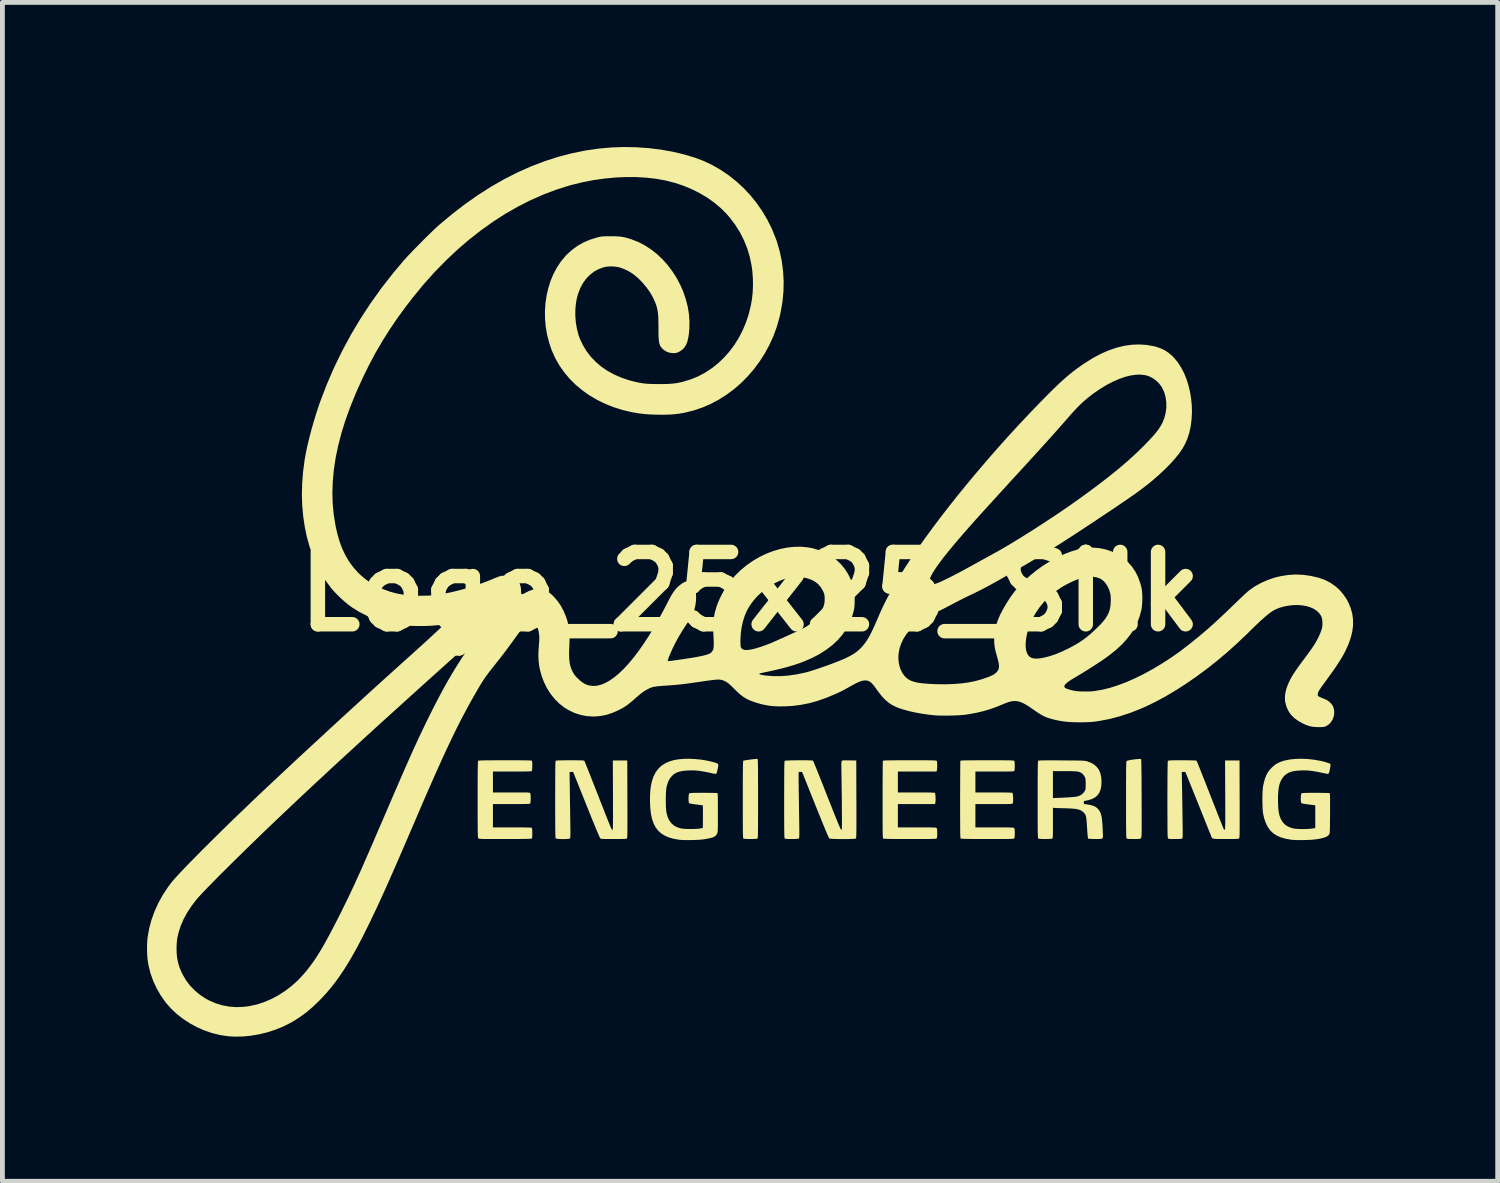
<source format=kicad_pcb>
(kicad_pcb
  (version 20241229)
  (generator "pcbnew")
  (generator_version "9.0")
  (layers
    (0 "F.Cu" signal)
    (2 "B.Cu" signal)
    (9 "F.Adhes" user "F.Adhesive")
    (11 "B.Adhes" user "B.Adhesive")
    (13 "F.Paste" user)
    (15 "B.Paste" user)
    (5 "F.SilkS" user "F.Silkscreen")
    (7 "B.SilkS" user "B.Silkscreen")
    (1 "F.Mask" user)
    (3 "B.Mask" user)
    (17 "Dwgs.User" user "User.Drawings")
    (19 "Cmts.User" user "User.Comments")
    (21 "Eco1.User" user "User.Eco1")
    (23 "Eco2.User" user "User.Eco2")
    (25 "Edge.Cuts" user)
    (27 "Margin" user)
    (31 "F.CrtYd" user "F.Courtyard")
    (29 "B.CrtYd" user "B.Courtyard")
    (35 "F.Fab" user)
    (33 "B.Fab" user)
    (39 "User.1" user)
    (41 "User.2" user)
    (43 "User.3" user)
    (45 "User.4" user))
  (footprint "Logo_25x25_Silk"
    (layer "F.Cu")
    (at 12.508 9.221)
    (property "Reference" "Logo_25x25_Silk" (at 0 0 0) (layer "F.SilkS") (effects (font (size 1.5 1.5) (thickness 0.3))))
    (attr board_only exclude_from_pos_files exclude_from_bom)
    (fp_poly (pts (xy 0.154 3.472) (xy 0.156 3.474) (xy 0.158 3.479) (xy 0.159 3.487) (xy 0.161 3.501) (xy 0.162 3.52) (xy 0.163 3.547) (xy 0.164 3.58) (xy 0.165 3.623) (xy 0.165 3.675) (xy 0.166 3.737) (xy 0.166 3.812) (xy 0.166 3.898) (xy 0.167 3.998) (xy 0.167 4.113) (xy 0.167 4.242) (xy 0.167 4.296) (xy 0.167 4.431) (xy 0.167 4.551) (xy 0.167 4.655) (xy 0.166 4.746) (xy 0.166 4.825) (xy 0.166 4.891) (xy 0.165 4.947) (xy 0.165 4.992) (xy 0.164 5.029) (xy 0.163 5.058) (xy 0.162 5.081) (xy 0.161 5.097) (xy 0.159 5.109) (xy 0.157 5.116) (xy 0.155 5.121) (xy 0.153 5.123) (xy 0.151 5.125) (xy 0.136 5.128) (xy 0.108 5.13) (xy 0.072 5.132) (xy 0.03 5.133) (xy -0.014 5.133) (xy -0.056 5.132) (xy -0.093 5.13) (xy -0.121 5.128) (xy -0.135 5.124) (xy -0.135 5.124) (xy -0.138 5.122) (xy -0.14 5.118) (xy -0.142 5.111) (xy -0.144 5.1) (xy -0.145 5.085) (xy -0.146 5.063) (xy -0.147 5.035) (xy -0.148 4.998) (xy -0.149 4.953) (xy -0.149 4.898) (xy -0.149 4.832) (xy -0.15 4.755) (xy -0.15 4.664) (xy -0.15 4.56) (xy -0.15 4.441) (xy -0.15 4.317) (xy -0.15 4.178) (xy -0.15 4.055) (xy -0.15 3.947) (xy -0.149 3.854) (xy -0.149 3.773) (xy -0.148 3.705) (xy -0.147 3.649) (xy -0.147 3.604) (xy -0.145 3.568) (xy -0.144 3.542) (xy -0.143 3.524) (xy -0.141 3.514) (xy -0.14 3.51) (xy -0.128 3.506) (xy -0.103 3.501) (xy -0.068 3.495) (xy -0.027 3.489) (xy 0.017 3.483) (xy 0.06 3.478) (xy 0.098 3.474) (xy 0.129 3.471) (xy 0.149 3.471)) (stroke (width 0) (type solid)) (fill yes) (layer "F.SilkS"))
    (fp_poly (pts (xy 8.105 3.473) (xy 8.111 3.475) (xy 8.113 3.481) (xy 8.115 3.498) (xy 8.116 3.525) (xy 8.117 3.563) (xy 8.118 3.613) (xy 8.119 3.676) (xy 8.12 3.752) (xy 8.121 3.841) (xy 8.122 3.945) (xy 8.122 4.064) (xy 8.123 4.199) (xy 8.123 4.292) (xy 8.123 4.426) (xy 8.124 4.544) (xy 8.124 4.648) (xy 8.124 4.738) (xy 8.124 4.815) (xy 8.124 4.881) (xy 8.124 4.936) (xy 8.123 4.981) (xy 8.122 5.017) (xy 8.122 5.046) (xy 8.12 5.068) (xy 8.119 5.085) (xy 8.117 5.097) (xy 8.116 5.105) (xy 8.113 5.11) (xy 8.111 5.114) (xy 8.108 5.117) (xy 8.101 5.123) (xy 8.091 5.127) (xy 8.076 5.13) (xy 8.054 5.132) (xy 8.021 5.133) (xy 7.975 5.133) (xy 7.959 5.133) (xy 7.907 5.133) (xy 7.869 5.132) (xy 7.843 5.13) (xy 7.827 5.127) (xy 7.816 5.123) (xy 7.813 5.12) (xy 7.811 5.117) (xy 7.809 5.11) (xy 7.807 5.1) (xy 7.806 5.085) (xy 7.804 5.064) (xy 7.803 5.036) (xy 7.803 5) (xy 7.802 4.955) (xy 7.801 4.901) (xy 7.801 4.836) (xy 7.8 4.759) (xy 7.8 4.669) (xy 7.8 4.566) (xy 7.8 4.447) (xy 7.8 4.317) (xy 7.8 4.182) (xy 7.8 4.063) (xy 7.8 3.958) (xy 7.801 3.868) (xy 7.801 3.79) (xy 7.801 3.724) (xy 7.802 3.67) (xy 7.803 3.625) (xy 7.804 3.589) (xy 7.805 3.562) (xy 7.806 3.542) (xy 7.808 3.528) (xy 7.81 3.519) (xy 7.812 3.515) (xy 7.812 3.514) (xy 7.825 3.509) (xy 7.85 3.502) (xy 7.885 3.495) (xy 7.926 3.488) (xy 7.97 3.482) (xy 8.013 3.477) (xy 8.052 3.474) (xy 8.084 3.472)) (stroke (width 0) (type solid)) (fill yes) (layer "F.SilkS"))
    (fp_poly (pts (xy 3.423 3.5) (xy 3.517 3.5) (xy 3.596 3.5) (xy 3.663 3.5) (xy 3.718 3.501) (xy 3.762 3.501) (xy 3.797 3.502) (xy 3.823 3.503) (xy 3.843 3.505) (xy 3.856 3.506) (xy 3.865 3.508) (xy 3.87 3.511) (xy 3.873 3.514) (xy 3.875 3.516) (xy 3.879 3.533) (xy 3.882 3.561) (xy 3.883 3.597) (xy 3.883 3.634) (xy 3.881 3.67) (xy 3.878 3.698) (xy 3.875 3.712) (xy 3.867 3.733) (xy 3.467 3.733) (xy 3.067 3.733) (xy 3.067 3.95) (xy 3.067 4.167) (xy 3.444 4.167) (xy 3.53 4.167) (xy 3.609 4.168) (xy 3.677 4.168) (xy 3.735 4.169) (xy 3.781 4.171) (xy 3.813 4.172) (xy 3.831 4.174) (xy 3.833 4.175) (xy 3.839 4.186) (xy 3.844 4.211) (xy 3.847 4.243) (xy 3.849 4.28) (xy 3.85 4.318) (xy 3.848 4.351) (xy 3.845 4.377) (xy 3.843 4.385) (xy 3.834 4.408) (xy 3.45 4.408) (xy 3.067 4.408) (xy 3.067 4.65) (xy 3.067 4.892) (xy 3.462 4.892) (xy 3.554 4.892) (xy 3.632 4.892) (xy 3.695 4.892) (xy 3.746 4.893) (xy 3.786 4.894) (xy 3.816 4.895) (xy 3.838 4.896) (xy 3.853 4.898) (xy 3.863 4.901) (xy 3.869 4.904) (xy 3.87 4.905) (xy 3.876 4.914) (xy 3.88 4.931) (xy 3.882 4.957) (xy 3.883 4.995) (xy 3.883 5.013) (xy 3.883 5.056) (xy 3.881 5.086) (xy 3.878 5.106) (xy 3.873 5.117) (xy 3.87 5.12) (xy 3.866 5.123) (xy 3.859 5.125) (xy 3.847 5.127) (xy 3.83 5.129) (xy 3.806 5.13) (xy 3.774 5.131) (xy 3.733 5.132) (xy 3.682 5.132) (xy 3.619 5.133) (xy 3.543 5.133) (xy 3.453 5.133) (xy 3.348 5.133) (xy 3.318 5.133) (xy 3.196 5.133) (xy 3.089 5.132) (xy 2.996 5.132) (xy 2.918 5.131) (xy 2.856 5.13) (xy 2.81 5.128) (xy 2.779 5.127) (xy 2.765 5.125) (xy 2.765 5.124) (xy 2.762 5.122) (xy 2.76 5.118) (xy 2.758 5.111) (xy 2.756 5.1) (xy 2.755 5.085) (xy 2.754 5.063) (xy 2.753 5.034) (xy 2.752 4.998) (xy 2.751 4.953) (xy 2.751 4.898) (xy 2.751 4.832) (xy 2.75 4.754) (xy 2.75 4.663) (xy 2.75 4.559) (xy 2.75 4.44) (xy 2.75 4.321) (xy 2.75 4.207) (xy 2.75 4.098) (xy 2.75 3.994) (xy 2.751 3.898) (xy 2.751 3.81) (xy 2.752 3.73) (xy 2.752 3.662) (xy 2.753 3.605) (xy 2.753 3.56) (xy 2.754 3.53) (xy 2.755 3.515) (xy 2.755 3.513) (xy 2.757 3.511) (xy 2.763 3.508) (xy 2.772 3.506) (xy 2.788 3.505) (xy 2.81 3.503) (xy 2.839 3.502) (xy 2.878 3.502) (xy 2.927 3.501) (xy 2.987 3.501) (xy 3.06 3.5) (xy 3.146 3.5) (xy 3.247 3.5) (xy 3.313 3.5)) (stroke (width 0) (type solid)) (fill yes) (layer "F.SilkS"))
    (fp_poly (pts (xy -4.968 3.5) (xy -4.874 3.5) (xy -4.793 3.5) (xy -4.726 3.501) (xy -4.671 3.501) (xy -4.627 3.502) (xy -4.592 3.503) (xy -4.566 3.504) (xy -4.547 3.505) (xy -4.534 3.507) (xy -4.527 3.509) (xy -4.523 3.512) (xy -4.522 3.513) (xy -4.519 3.53) (xy -4.517 3.558) (xy -4.516 3.592) (xy -4.517 3.63) (xy -4.518 3.666) (xy -4.521 3.696) (xy -4.524 3.717) (xy -4.527 3.723) (xy -4.534 3.726) (xy -4.549 3.728) (xy -4.575 3.73) (xy -4.613 3.731) (xy -4.662 3.732) (xy -4.724 3.733) (xy -4.801 3.733) (xy -4.892 3.733) (xy -4.935 3.733) (xy -5.333 3.733) (xy -5.333 3.95) (xy -5.333 4.167) (xy -4.95 4.167) (xy -4.86 4.167) (xy -4.786 4.167) (xy -4.725 4.167) (xy -4.676 4.168) (xy -4.639 4.168) (xy -4.61 4.169) (xy -4.59 4.171) (xy -4.576 4.173) (xy -4.567 4.175) (xy -4.562 4.178) (xy -4.559 4.181) (xy -4.559 4.183) (xy -4.555 4.199) (xy -4.552 4.226) (xy -4.55 4.261) (xy -4.55 4.299) (xy -4.551 4.336) (xy -4.553 4.368) (xy -4.557 4.39) (xy -4.56 4.398) (xy -4.567 4.401) (xy -4.583 4.403) (xy -4.609 4.405) (xy -4.647 4.406) (xy -4.697 4.407) (xy -4.76 4.408) (xy -4.837 4.408) (xy -4.93 4.408) (xy -4.952 4.408) (xy -5.333 4.408) (xy -5.333 4.65) (xy -5.333 4.892) (xy -4.935 4.892) (xy -4.837 4.892) (xy -4.754 4.892) (xy -4.686 4.893) (xy -4.631 4.894) (xy -4.589 4.895) (xy -4.559 4.896) (xy -4.539 4.898) (xy -4.528 4.901) (xy -4.527 4.902) (xy -4.522 4.916) (xy -4.518 4.946) (xy -4.517 4.993) (xy -4.517 5.014) (xy -4.517 5.057) (xy -4.518 5.087) (xy -4.52 5.105) (xy -4.524 5.117) (xy -4.53 5.123) (xy -4.533 5.125) (xy -4.545 5.127) (xy -4.574 5.128) (xy -4.619 5.13) (xy -4.681 5.131) (xy -4.758 5.132) (xy -4.852 5.133) (xy -4.961 5.133) (xy -5.086 5.133) (xy -5.194 5.133) (xy -5.286 5.133) (xy -5.364 5.133) (xy -5.43 5.133) (xy -5.483 5.132) (xy -5.526 5.132) (xy -5.56 5.131) (xy -5.586 5.13) (xy -5.605 5.128) (xy -5.618 5.126) (xy -5.626 5.124) (xy -5.632 5.122) (xy -5.636 5.119) (xy -5.636 5.118) (xy -5.639 5.115) (xy -5.641 5.109) (xy -5.642 5.099) (xy -5.644 5.086) (xy -5.645 5.067) (xy -5.646 5.041) (xy -5.647 5.009) (xy -5.648 4.968) (xy -5.649 4.917) (xy -5.649 4.857) (xy -5.649 4.785) (xy -5.65 4.7) (xy -5.65 4.603) (xy -5.65 4.491) (xy -5.65 4.363) (xy -5.65 4.311) (xy -5.65 4.171) (xy -5.65 4.047) (xy -5.65 3.938) (xy -5.649 3.843) (xy -5.649 3.762) (xy -5.648 3.694) (xy -5.647 3.638) (xy -5.646 3.593) (xy -5.645 3.558) (xy -5.644 3.534) (xy -5.642 3.518) (xy -5.64 3.511) (xy -5.64 3.51) (xy -5.634 3.508) (xy -5.619 3.506) (xy -5.595 3.505) (xy -5.561 3.503) (xy -5.515 3.502) (xy -5.457 3.501) (xy -5.387 3.501) (xy -5.302 3.5) (xy -5.202 3.5) (xy -5.087 3.5) (xy -5.078 3.5)) (stroke (width 0) (type solid)) (fill yes) (layer "F.SilkS"))
    (fp_poly (pts (xy 5.031 3.5) (xy 5.125 3.5) (xy 5.205 3.5) (xy 5.271 3.5) (xy 5.326 3.501) (xy 5.37 3.501) (xy 5.405 3.502) (xy 5.432 3.503) (xy 5.451 3.505) (xy 5.464 3.506) (xy 5.473 3.508) (xy 5.479 3.511) (xy 5.482 3.514) (xy 5.483 3.516) (xy 5.487 3.531) (xy 5.49 3.558) (xy 5.491 3.593) (xy 5.492 3.617) (xy 5.491 3.654) (xy 5.489 3.687) (xy 5.485 3.71) (xy 5.483 3.717) (xy 5.481 3.721) (xy 5.476 3.724) (xy 5.469 3.727) (xy 5.457 3.729) (xy 5.44 3.73) (xy 5.415 3.731) (xy 5.381 3.732) (xy 5.338 3.733) (xy 5.282 3.733) (xy 5.214 3.733) (xy 5.131 3.733) (xy 5.075 3.733) (xy 4.675 3.733) (xy 4.675 3.95) (xy 4.675 4.167) (xy 5.052 4.167) (xy 5.139 4.167) (xy 5.217 4.168) (xy 5.286 4.168) (xy 5.344 4.169) (xy 5.389 4.171) (xy 5.422 4.172) (xy 5.439 4.174) (xy 5.442 4.175) (xy 5.447 4.186) (xy 5.452 4.21) (xy 5.455 4.243) (xy 5.458 4.28) (xy 5.458 4.318) (xy 5.457 4.352) (xy 5.454 4.378) (xy 5.45 4.391) (xy 5.448 4.395) (xy 5.444 4.398) (xy 5.438 4.401) (xy 5.428 4.403) (xy 5.412 4.405) (xy 5.389 4.406) (xy 5.357 4.407) (xy 5.316 4.408) (xy 5.263 4.408) (xy 5.198 4.408) (xy 5.118 4.408) (xy 5.058 4.408) (xy 4.675 4.408) (xy 4.675 4.65) (xy 4.675 4.892) (xy 5.07 4.892) (xy 5.163 4.892) (xy 5.24 4.892) (xy 5.303 4.892) (xy 5.354 4.893) (xy 5.394 4.894) (xy 5.424 4.895) (xy 5.446 4.896) (xy 5.462 4.898) (xy 5.471 4.901) (xy 5.477 4.904) (xy 5.479 4.905) (xy 5.485 4.914) (xy 5.489 4.931) (xy 5.491 4.957) (xy 5.492 4.995) (xy 5.492 5.013) (xy 5.491 5.056) (xy 5.489 5.086) (xy 5.486 5.106) (xy 5.481 5.117) (xy 5.479 5.12) (xy 5.475 5.123) (xy 5.467 5.125) (xy 5.456 5.127) (xy 5.439 5.129) (xy 5.415 5.13) (xy 5.383 5.131) (xy 5.342 5.132) (xy 5.29 5.132) (xy 5.227 5.133) (xy 5.151 5.133) (xy 5.062 5.133) (xy 4.957 5.133) (xy 4.926 5.133) (xy 4.804 5.133) (xy 4.697 5.132) (xy 4.604 5.132) (xy 4.527 5.131) (xy 4.464 5.13) (xy 4.418 5.128) (xy 4.388 5.127) (xy 4.374 5.125) (xy 4.373 5.124) (xy 4.37 5.122) (xy 4.368 5.118) (xy 4.366 5.111) (xy 4.365 5.1) (xy 4.363 5.085) (xy 4.362 5.063) (xy 4.361 5.034) (xy 4.36 4.998) (xy 4.36 4.953) (xy 4.359 4.898) (xy 4.359 4.832) (xy 4.359 4.754) (xy 4.358 4.663) (xy 4.358 4.559) (xy 4.358 4.44) (xy 4.358 4.321) (xy 4.358 4.207) (xy 4.359 4.098) (xy 4.359 3.994) (xy 4.359 3.898) (xy 4.36 3.81) (xy 4.36 3.73) (xy 4.361 3.662) (xy 4.361 3.605) (xy 4.362 3.56) (xy 4.362 3.53) (xy 4.363 3.515) (xy 4.363 3.513) (xy 4.366 3.511) (xy 4.371 3.508) (xy 4.381 3.506) (xy 4.396 3.505) (xy 4.418 3.503) (xy 4.448 3.502) (xy 4.486 3.502) (xy 4.535 3.501) (xy 4.595 3.501) (xy 4.668 3.5) (xy 4.754 3.5) (xy 4.855 3.5) (xy 4.921 3.5)) (stroke (width 0) (type solid)) (fill yes) (layer "F.SilkS"))
    (fp_poly (pts (xy 9.048 3.5) (xy 9.114 3.501) (xy 9.167 3.501) (xy 9.207 3.503) (xy 9.235 3.504) (xy 9.253 3.506) (xy 9.262 3.509) (xy 9.264 3.51) (xy 9.268 3.52) (xy 9.278 3.543) (xy 9.293 3.58) (xy 9.313 3.629) (xy 9.337 3.689) (xy 9.364 3.759) (xy 9.395 3.837) (xy 9.43 3.924) (xy 9.466 4.016) (xy 9.505 4.115) (xy 9.541 4.208) (xy 9.582 4.311) (xy 9.62 4.409) (xy 9.657 4.502) (xy 9.691 4.589) (xy 9.722 4.668) (xy 9.75 4.738) (xy 9.774 4.799) (xy 9.794 4.848) (xy 9.809 4.886) (xy 9.818 4.91) (xy 9.822 4.919) (xy 9.834 4.935) (xy 9.847 4.942) (xy 9.849 4.94) (xy 9.851 4.936) (xy 9.853 4.928) (xy 9.854 4.914) (xy 9.855 4.894) (xy 9.856 4.867) (xy 9.857 4.832) (xy 9.858 4.788) (xy 9.858 4.733) (xy 9.858 4.667) (xy 9.858 4.589) (xy 9.858 4.498) (xy 9.858 4.392) (xy 9.857 4.271) (xy 9.857 4.223) (xy 9.854 3.504) (xy 10.004 3.504) (xy 10.154 3.504) (xy 10.156 4.308) (xy 10.157 4.442) (xy 10.157 4.561) (xy 10.157 4.665) (xy 10.157 4.755) (xy 10.157 4.832) (xy 10.157 4.897) (xy 10.156 4.952) (xy 10.156 4.997) (xy 10.155 5.033) (xy 10.154 5.062) (xy 10.153 5.083) (xy 10.152 5.099) (xy 10.15 5.11) (xy 10.148 5.117) (xy 10.146 5.121) (xy 10.144 5.123) (xy 10.136 5.126) (xy 10.118 5.129) (xy 10.09 5.13) (xy 10.05 5.132) (xy 9.997 5.133) (xy 9.93 5.133) (xy 9.87 5.133) (xy 9.794 5.133) (xy 9.733 5.133) (xy 9.685 5.132) (xy 9.649 5.13) (xy 9.622 5.127) (xy 9.602 5.122) (xy 9.589 5.115) (xy 9.58 5.105) (xy 9.573 5.092) (xy 9.566 5.076) (xy 9.563 5.067) (xy 9.558 5.053) (xy 9.547 5.026) (xy 9.53 4.985) (xy 9.509 4.933) (xy 9.484 4.87) (xy 9.455 4.797) (xy 9.423 4.717) (xy 9.388 4.629) (xy 9.351 4.536) (xy 9.311 4.439) (xy 9.29 4.385) (xy 9.031 3.742) (xy 8.994 3.742) (xy 8.956 3.742) (xy 8.961 4.04) (xy 8.963 4.115) (xy 8.964 4.204) (xy 8.966 4.301) (xy 8.967 4.404) (xy 8.969 4.508) (xy 8.97 4.61) (xy 8.972 4.706) (xy 8.972 4.726) (xy 8.973 4.817) (xy 8.974 4.892) (xy 8.975 4.953) (xy 8.975 5.002) (xy 8.975 5.041) (xy 8.975 5.069) (xy 8.973 5.09) (xy 8.972 5.104) (xy 8.97 5.114) (xy 8.967 5.119) (xy 8.963 5.122) (xy 8.96 5.124) (xy 8.944 5.128) (xy 8.914 5.131) (xy 8.871 5.133) (xy 8.818 5.133) (xy 8.814 5.133) (xy 8.763 5.133) (xy 8.726 5.132) (xy 8.7 5.13) (xy 8.684 5.127) (xy 8.674 5.123) (xy 8.671 5.12) (xy 8.669 5.117) (xy 8.667 5.11) (xy 8.666 5.1) (xy 8.664 5.085) (xy 8.663 5.064) (xy 8.662 5.036) (xy 8.661 5) (xy 8.66 4.955) (xy 8.66 4.901) (xy 8.659 4.835) (xy 8.659 4.758) (xy 8.659 4.668) (xy 8.658 4.565) (xy 8.658 4.446) (xy 8.658 4.32) (xy 8.658 4.165) (xy 8.659 4.027) (xy 8.659 3.905) (xy 8.66 3.8) (xy 8.661 3.712) (xy 8.662 3.64) (xy 8.663 3.584) (xy 8.664 3.545) (xy 8.666 3.522) (xy 8.667 3.516) (xy 8.67 3.512) (xy 8.675 3.508) (xy 8.683 3.506) (xy 8.697 3.504) (xy 8.718 3.502) (xy 8.747 3.501) (xy 8.787 3.5) (xy 8.838 3.5) (xy 8.903 3.5) (xy 8.966 3.5)) (stroke (width 0) (type solid)) (fill yes) (layer "F.SilkS"))
    (fp_poly (pts (xy 11.574 3.474) (xy 11.706 3.489) (xy 11.835 3.512) (xy 11.858 3.517) (xy 11.918 3.532) (xy 11.967 3.547) (xy 12.006 3.56) (xy 12.031 3.573) (xy 12.041 3.581) (xy 12.042 3.594) (xy 12.039 3.619) (xy 12.034 3.652) (xy 12.028 3.688) (xy 12.02 3.723) (xy 12.012 3.752) (xy 12.004 3.772) (xy 12.001 3.777) (xy 11.989 3.782) (xy 11.968 3.781) (xy 11.948 3.777) (xy 11.856 3.757) (xy 11.778 3.741) (xy 11.711 3.729) (xy 11.652 3.72) (xy 11.598 3.714) (xy 11.547 3.71) (xy 11.497 3.709) (xy 11.445 3.71) (xy 11.417 3.711) (xy 11.331 3.717) (xy 11.259 3.729) (xy 11.198 3.747) (xy 11.146 3.772) (xy 11.101 3.805) (xy 11.074 3.831) (xy 11.038 3.877) (xy 11.008 3.931) (xy 10.984 3.995) (xy 10.967 4.07) (xy 10.957 4.156) (xy 10.952 4.256) (xy 10.952 4.369) (xy 10.953 4.383) (xy 10.956 4.463) (xy 10.961 4.53) (xy 10.969 4.586) (xy 10.98 4.634) (xy 10.994 4.678) (xy 11.012 4.721) (xy 11.05 4.784) (xy 11.098 4.835) (xy 11.158 4.875) (xy 11.23 4.903) (xy 11.269 4.913) (xy 11.311 4.92) (xy 11.365 4.924) (xy 11.427 4.926) (xy 11.493 4.927) (xy 11.557 4.925) (xy 11.615 4.921) (xy 11.648 4.917) (xy 11.725 4.906) (xy 11.725 4.67) (xy 11.725 4.435) (xy 11.694 4.43) (xy 11.674 4.427) (xy 11.641 4.423) (xy 11.601 4.418) (xy 11.557 4.412) (xy 11.554 4.412) (xy 11.504 4.405) (xy 11.468 4.399) (xy 11.446 4.392) (xy 11.435 4.385) (xy 11.435 4.385) (xy 11.43 4.369) (xy 11.426 4.342) (xy 11.424 4.307) (xy 11.425 4.27) (xy 11.427 4.235) (xy 11.431 4.207) (xy 11.437 4.19) (xy 11.438 4.188) (xy 11.443 4.185) (xy 11.453 4.182) (xy 11.467 4.179) (xy 11.489 4.178) (xy 11.52 4.177) (xy 11.562 4.176) (xy 11.615 4.175) (xy 11.683 4.175) (xy 11.732 4.175) (xy 11.799 4.175) (xy 11.861 4.176) (xy 11.916 4.177) (xy 11.961 4.178) (xy 11.996 4.179) (xy 12.017 4.181) (xy 12.023 4.182) (xy 12.026 4.187) (xy 12.028 4.198) (xy 12.029 4.217) (xy 12.031 4.245) (xy 12.032 4.283) (xy 12.032 4.333) (xy 12.032 4.395) (xy 12.032 4.471) (xy 12.032 4.562) (xy 12.032 4.602) (xy 12.031 4.696) (xy 12.03 4.774) (xy 12.03 4.839) (xy 12.029 4.891) (xy 12.028 4.933) (xy 12.027 4.965) (xy 12.026 4.989) (xy 12.024 5.006) (xy 12.022 5.018) (xy 12.019 5.027) (xy 12.015 5.034) (xy 12.012 5.039) (xy 11.993 5.061) (xy 11.969 5.079) (xy 11.939 5.094) (xy 11.9 5.107) (xy 11.85 5.12) (xy 11.787 5.132) (xy 11.746 5.138) (xy 11.698 5.144) (xy 11.638 5.149) (xy 11.57 5.152) (xy 11.498 5.154) (xy 11.425 5.155) (xy 11.355 5.155) (xy 11.292 5.153) (xy 11.24 5.149) (xy 11.215 5.146) (xy 11.104 5.125) (xy 11.006 5.097) (xy 10.922 5.059) (xy 10.851 5.012) (xy 10.79 4.954) (xy 10.74 4.884) (xy 10.699 4.802) (xy 10.666 4.707) (xy 10.644 4.612) (xy 10.638 4.571) (xy 10.634 4.516) (xy 10.631 4.452) (xy 10.629 4.382) (xy 10.628 4.308) (xy 10.629 4.236) (xy 10.631 4.167) (xy 10.635 4.106) (xy 10.64 4.055) (xy 10.644 4.029) (xy 10.664 3.943) (xy 10.685 3.87) (xy 10.71 3.808) (xy 10.739 3.753) (xy 10.775 3.704) (xy 10.818 3.656) (xy 10.82 3.654) (xy 10.876 3.604) (xy 10.933 3.566) (xy 10.997 3.535) (xy 11.072 3.51) (xy 11.094 3.504) (xy 11.201 3.483) (xy 11.319 3.471) (xy 11.444 3.468)) (stroke (width 0) (type solid)) (fill yes) (layer "F.SilkS"))
    (fp_poly (pts (xy -1.142 3.474) (xy -1.02 3.486) (xy -0.901 3.505) (xy -0.812 3.525) (xy -0.758 3.539) (xy -0.718 3.551) (xy -0.69 3.561) (xy -0.672 3.571) (xy -0.662 3.582) (xy -0.659 3.593) (xy -0.658 3.598) (xy -0.66 3.619) (xy -0.665 3.65) (xy -0.672 3.684) (xy -0.68 3.719) (xy -0.688 3.749) (xy -0.695 3.77) (xy -0.699 3.778) (xy -0.712 3.782) (xy -0.735 3.78) (xy -0.752 3.777) (xy -0.844 3.757) (xy -0.922 3.741) (xy -0.989 3.729) (xy -1.048 3.72) (xy -1.102 3.714) (xy -1.153 3.71) (xy -1.203 3.709) (xy -1.255 3.71) (xy -1.283 3.711) (xy -1.369 3.717) (xy -1.44 3.729) (xy -1.5 3.746) (xy -1.551 3.77) (xy -1.596 3.802) (xy -1.624 3.829) (xy -1.668 3.885) (xy -1.701 3.952) (xy -1.726 4.032) (xy -1.731 4.051) (xy -1.737 4.09) (xy -1.742 4.142) (xy -1.745 4.204) (xy -1.747 4.272) (xy -1.747 4.342) (xy -1.746 4.411) (xy -1.744 4.476) (xy -1.74 4.533) (xy -1.734 4.579) (xy -1.731 4.596) (xy -1.707 4.68) (xy -1.673 4.751) (xy -1.63 4.809) (xy -1.576 4.855) (xy -1.511 4.889) (xy -1.435 4.913) (xy -1.432 4.913) (xy -1.395 4.919) (xy -1.345 4.923) (xy -1.287 4.925) (xy -1.226 4.926) (xy -1.164 4.925) (xy -1.107 4.922) (xy -1.059 4.918) (xy -1.038 4.915) (xy -0.979 4.904) (xy -0.977 4.669) (xy -0.977 4.608) (xy -0.977 4.553) (xy -0.977 4.506) (xy -0.978 4.469) (xy -0.979 4.444) (xy -0.981 4.434) (xy -0.981 4.433) (xy -0.991 4.432) (xy -1.015 4.43) (xy -1.049 4.425) (xy -1.091 4.42) (xy -1.121 4.416) (xy -1.175 4.409) (xy -1.215 4.402) (xy -1.242 4.396) (xy -1.258 4.391) (xy -1.265 4.386) (xy -1.27 4.369) (xy -1.274 4.342) (xy -1.276 4.307) (xy -1.275 4.27) (xy -1.273 4.235) (xy -1.269 4.207) (xy -1.263 4.19) (xy -1.262 4.188) (xy -1.257 4.184) (xy -1.247 4.182) (xy -1.232 4.179) (xy -1.21 4.178) (xy -1.179 4.176) (xy -1.138 4.176) (xy -1.084 4.175) (xy -1.016 4.175) (xy -0.971 4.175) (xy -0.904 4.175) (xy -0.842 4.176) (xy -0.787 4.176) (xy -0.742 4.177) (xy -0.707 4.178) (xy -0.686 4.179) (xy -0.68 4.18) (xy -0.677 4.183) (xy -0.674 4.189) (xy -0.672 4.199) (xy -0.67 4.216) (xy -0.669 4.241) (xy -0.668 4.274) (xy -0.668 4.318) (xy -0.667 4.373) (xy -0.667 4.442) (xy -0.667 4.525) (xy -0.667 4.587) (xy -0.667 4.679) (xy -0.667 4.756) (xy -0.667 4.819) (xy -0.667 4.87) (xy -0.668 4.911) (xy -0.669 4.942) (xy -0.67 4.966) (xy -0.672 4.984) (xy -0.675 4.998) (xy -0.678 5.008) (xy -0.681 5.017) (xy -0.685 5.025) (xy -0.7 5.05) (xy -0.719 5.07) (xy -0.744 5.086) (xy -0.777 5.101) (xy -0.821 5.113) (xy -0.876 5.125) (xy -0.947 5.137) (xy -0.954 5.138) (xy -1.002 5.144) (xy -1.062 5.149) (xy -1.13 5.152) (xy -1.202 5.154) (xy -1.275 5.155) (xy -1.345 5.155) (xy -1.408 5.153) (xy -1.46 5.149) (xy -1.485 5.146) (xy -1.593 5.126) (xy -1.689 5.098) (xy -1.773 5.061) (xy -1.845 5.015) (xy -1.907 4.958) (xy -1.958 4.891) (xy -1.999 4.813) (xy -2.031 4.723) (xy -2.054 4.62) (xy -2.068 4.503) (xy -2.075 4.373) (xy -2.075 4.324) (xy -2.074 4.226) (xy -2.069 4.141) (xy -2.061 4.065) (xy -2.049 3.994) (xy -2.037 3.944) (xy -2.005 3.843) (xy -1.961 3.755) (xy -1.907 3.68) (xy -1.841 3.616) (xy -1.763 3.564) (xy -1.673 3.524) (xy -1.582 3.497) (xy -1.486 3.48) (xy -1.378 3.47) (xy -1.262 3.468)) (stroke (width 0) (type solid)) (fill yes) (layer "F.SilkS"))
    (fp_poly (pts (xy -3.655 3.5) (xy -3.592 3.5) (xy -3.543 3.501) (xy -3.506 3.501) (xy -3.479 3.503) (xy -3.46 3.504) (xy -3.447 3.506) (xy -3.44 3.509) (xy -3.436 3.513) (xy -3.434 3.515) (xy -3.43 3.525) (xy -3.42 3.55) (xy -3.405 3.587) (xy -3.385 3.637) (xy -3.361 3.697) (xy -3.333 3.767) (xy -3.302 3.846) (xy -3.268 3.932) (xy -3.232 4.025) (xy -3.193 4.123) (xy -3.162 4.201) (xy -3.114 4.325) (xy -3.071 4.434) (xy -3.033 4.529) (xy -3.001 4.612) (xy -2.973 4.683) (xy -2.949 4.743) (xy -2.929 4.793) (xy -2.912 4.834) (xy -2.899 4.866) (xy -2.888 4.892) (xy -2.88 4.911) (xy -2.873 4.924) (xy -2.868 4.933) (xy -2.864 4.938) (xy -2.861 4.941) (xy -2.859 4.942) (xy -2.856 4.942) (xy -2.854 4.942) (xy -2.852 4.941) (xy -2.85 4.937) (xy -2.848 4.929) (xy -2.847 4.916) (xy -2.845 4.898) (xy -2.844 4.872) (xy -2.844 4.839) (xy -2.843 4.796) (xy -2.843 4.744) (xy -2.842 4.68) (xy -2.842 4.605) (xy -2.843 4.517) (xy -2.843 4.414) (xy -2.843 4.297) (xy -2.843 4.223) (xy -2.846 3.504) (xy -2.696 3.504) (xy -2.546 3.504) (xy -2.544 4.308) (xy -2.543 4.442) (xy -2.543 4.561) (xy -2.543 4.665) (xy -2.543 4.755) (xy -2.543 4.832) (xy -2.543 4.897) (xy -2.544 4.952) (xy -2.544 4.997) (xy -2.545 5.033) (xy -2.546 5.062) (xy -2.547 5.083) (xy -2.548 5.099) (xy -2.55 5.11) (xy -2.552 5.117) (xy -2.554 5.121) (xy -2.556 5.123) (xy -2.564 5.126) (xy -2.582 5.129) (xy -2.61 5.13) (xy -2.65 5.132) (xy -2.703 5.133) (xy -2.77 5.133) (xy -2.83 5.133) (xy -2.903 5.133) (xy -2.962 5.133) (xy -3.007 5.132) (xy -3.041 5.131) (xy -3.066 5.13) (xy -3.084 5.128) (xy -3.095 5.125) (xy -3.103 5.122) (xy -3.107 5.119) (xy -3.113 5.108) (xy -3.125 5.083) (xy -3.142 5.044) (xy -3.164 4.992) (xy -3.192 4.927) (xy -3.223 4.85) (xy -3.26 4.761) (xy -3.3 4.663) (xy -3.343 4.554) (xy -3.391 4.437) (xy -3.396 4.423) (xy -3.669 3.742) (xy -3.705 3.742) (xy -3.742 3.742) (xy -3.742 3.815) (xy -3.742 3.835) (xy -3.741 3.87) (xy -3.741 3.919) (xy -3.74 3.981) (xy -3.739 4.053) (xy -3.738 4.133) (xy -3.737 4.222) (xy -3.735 4.316) (xy -3.734 4.415) (xy -3.732 4.499) (xy -3.731 4.615) (xy -3.729 4.715) (xy -3.728 4.801) (xy -3.727 4.873) (xy -3.726 4.934) (xy -3.726 4.983) (xy -3.726 5.023) (xy -3.727 5.054) (xy -3.727 5.077) (xy -3.729 5.094) (xy -3.73 5.106) (xy -3.732 5.114) (xy -3.734 5.119) (xy -3.737 5.122) (xy -3.738 5.122) (xy -3.753 5.127) (xy -3.781 5.131) (xy -3.818 5.133) (xy -3.86 5.134) (xy -3.905 5.134) (xy -3.947 5.133) (xy -3.984 5.13) (xy -4.012 5.126) (xy -4.028 5.121) (xy -4.029 5.12) (xy -4.031 5.117) (xy -4.033 5.11) (xy -4.034 5.1) (xy -4.036 5.085) (xy -4.037 5.064) (xy -4.038 5.036) (xy -4.039 5) (xy -4.04 4.956) (xy -4.04 4.901) (xy -4.041 4.836) (xy -4.041 4.759) (xy -4.041 4.67) (xy -4.042 4.566) (xy -4.042 4.448) (xy -4.042 4.315) (xy -4.042 4.314) (xy -4.042 4.173) (xy -4.041 4.049) (xy -4.041 3.94) (xy -4.041 3.845) (xy -4.04 3.763) (xy -4.04 3.695) (xy -4.039 3.638) (xy -4.038 3.593) (xy -4.037 3.559) (xy -4.035 3.534) (xy -4.034 3.518) (xy -4.032 3.511) (xy -4.032 3.51) (xy -4.024 3.507) (xy -4.006 3.505) (xy -3.978 3.503) (xy -3.938 3.502) (xy -3.884 3.501) (xy -3.816 3.5) (xy -3.732 3.5) (xy -3.732 3.5)) (stroke (width 0) (type solid)) (fill yes) (layer "F.SilkS"))
    (fp_poly (pts (xy 1.128 3.5) (xy 1.182 3.5) (xy 1.229 3.501) (xy 1.267 3.503) (xy 1.293 3.504) (xy 1.305 3.506) (xy 1.306 3.506) (xy 1.31 3.515) (xy 1.32 3.538) (xy 1.335 3.574) (xy 1.355 3.623) (xy 1.38 3.682) (xy 1.408 3.752) (xy 1.439 3.831) (xy 1.474 3.917) (xy 1.511 4.01) (xy 1.55 4.109) (xy 1.591 4.213) (xy 1.596 4.227) (xy 1.645 4.351) (xy 1.689 4.461) (xy 1.726 4.556) (xy 1.759 4.639) (xy 1.788 4.71) (xy 1.812 4.769) (xy 1.832 4.818) (xy 1.849 4.857) (xy 1.862 4.888) (xy 1.873 4.911) (xy 1.881 4.927) (xy 1.887 4.936) (xy 1.891 4.941) (xy 1.893 4.942) (xy 1.896 4.941) (xy 1.899 4.939) (xy 1.901 4.934) (xy 1.903 4.925) (xy 1.905 4.91) (xy 1.906 4.889) (xy 1.906 4.859) (xy 1.907 4.821) (xy 1.907 4.772) (xy 1.907 4.712) (xy 1.906 4.639) (xy 1.905 4.552) (xy 1.905 4.45) (xy 1.904 4.431) (xy 1.904 4.333) (xy 1.903 4.235) (xy 1.901 4.138) (xy 1.9 4.044) (xy 1.899 3.957) (xy 1.898 3.878) (xy 1.897 3.81) (xy 1.896 3.755) (xy 1.896 3.725) (xy 1.894 3.659) (xy 1.894 3.607) (xy 1.894 3.569) (xy 1.896 3.542) (xy 1.898 3.525) (xy 1.901 3.515) (xy 1.902 3.514) (xy 1.907 3.509) (xy 1.916 3.505) (xy 1.93 3.503) (xy 1.953 3.501) (xy 1.987 3.501) (xy 2.033 3.502) (xy 2.058 3.502) (xy 2.204 3.504) (xy 2.206 4.308) (xy 2.207 4.442) (xy 2.207 4.561) (xy 2.207 4.665) (xy 2.207 4.755) (xy 2.207 4.832) (xy 2.207 4.897) (xy 2.206 4.952) (xy 2.206 4.997) (xy 2.205 5.033) (xy 2.204 5.062) (xy 2.203 5.083) (xy 2.202 5.099) (xy 2.2 5.11) (xy 2.198 5.117) (xy 2.196 5.121) (xy 2.194 5.123) (xy 2.181 5.126) (xy 2.154 5.129) (xy 2.116 5.131) (xy 2.068 5.133) (xy 2.014 5.134) (xy 1.955 5.134) (xy 1.895 5.134) (xy 1.837 5.134) (xy 1.781 5.132) (xy 1.732 5.131) (xy 1.692 5.128) (xy 1.662 5.125) (xy 1.646 5.122) (xy 1.645 5.121) (xy 1.639 5.112) (xy 1.627 5.088) (xy 1.61 5.05) (xy 1.587 4.998) (xy 1.559 4.931) (xy 1.525 4.849) (xy 1.486 4.753) (xy 1.441 4.641) (xy 1.389 4.514) (xy 1.354 4.426) (xy 1.08 3.742) (xy 1.044 3.742) (xy 1.008 3.742) (xy 1.008 3.894) (xy 1.008 3.93) (xy 1.009 3.98) (xy 1.01 4.044) (xy 1.01 4.118) (xy 1.012 4.2) (xy 1.013 4.29) (xy 1.014 4.384) (xy 1.016 4.481) (xy 1.017 4.579) (xy 1.019 4.686) (xy 1.02 4.779) (xy 1.022 4.856) (xy 1.022 4.921) (xy 1.023 4.974) (xy 1.023 5.017) (xy 1.023 5.05) (xy 1.022 5.075) (xy 1.021 5.094) (xy 1.019 5.106) (xy 1.017 5.114) (xy 1.015 5.119) (xy 1.012 5.122) (xy 1.011 5.123) (xy 0.998 5.127) (xy 0.971 5.13) (xy 0.935 5.132) (xy 0.893 5.133) (xy 0.849 5.133) (xy 0.806 5.133) (xy 0.769 5.131) (xy 0.74 5.128) (xy 0.724 5.125) (xy 0.723 5.124) (xy 0.72 5.122) (xy 0.718 5.118) (xy 0.716 5.111) (xy 0.715 5.1) (xy 0.713 5.085) (xy 0.712 5.063) (xy 0.711 5.034) (xy 0.71 4.998) (xy 0.71 4.953) (xy 0.709 4.898) (xy 0.709 4.832) (xy 0.709 4.755) (xy 0.708 4.664) (xy 0.708 4.56) (xy 0.708 4.441) (xy 0.708 4.318) (xy 0.708 4.177) (xy 0.709 4.052) (xy 0.709 3.943) (xy 0.709 3.847) (xy 0.71 3.766) (xy 0.71 3.697) (xy 0.711 3.64) (xy 0.712 3.595) (xy 0.713 3.56) (xy 0.715 3.535) (xy 0.716 3.519) (xy 0.718 3.511) (xy 0.718 3.51) (xy 0.729 3.508) (xy 0.753 3.506) (xy 0.79 3.504) (xy 0.836 3.502) (xy 0.89 3.501) (xy 0.948 3.5) (xy 1.009 3.5) (xy 1.069 3.5)) (stroke (width 0) (type solid)) (fill yes) (layer "F.SilkS"))
    (fp_poly (pts (xy 6.341 3.501) (xy 6.446 3.502) (xy 6.464 3.502) (xy 6.566 3.503) (xy 6.653 3.504) (xy 6.726 3.504) (xy 6.787 3.505) (xy 6.837 3.506) (xy 6.877 3.507) (xy 6.909 3.509) (xy 6.934 3.511) (xy 6.953 3.513) (xy 6.969 3.515) (xy 6.982 3.518) (xy 6.987 3.52) (xy 7.07 3.55) (xy 7.138 3.589) (xy 7.193 3.638) (xy 7.236 3.696) (xy 7.266 3.765) (xy 7.284 3.845) (xy 7.291 3.937) (xy 7.291 3.95) (xy 7.286 4.038) (xy 7.27 4.114) (xy 7.242 4.179) (xy 7.203 4.232) (xy 7.151 4.274) (xy 7.087 4.306) (xy 7.009 4.329) (xy 6.994 4.332) (xy 6.925 4.346) (xy 6.925 4.376) (xy 6.925 4.406) (xy 6.995 4.415) (xy 7.07 4.429) (xy 7.132 4.448) (xy 7.181 4.475) (xy 7.22 4.511) (xy 7.243 4.541) (xy 7.257 4.565) (xy 7.269 4.589) (xy 7.279 4.617) (xy 7.287 4.648) (xy 7.295 4.686) (xy 7.301 4.731) (xy 7.306 4.786) (xy 7.311 4.853) (xy 7.315 4.932) (xy 7.319 5.023) (xy 7.321 5.061) (xy 7.32 5.089) (xy 7.316 5.109) (xy 7.304 5.122) (xy 7.285 5.129) (xy 7.254 5.132) (xy 7.211 5.133) (xy 7.164 5.133) (xy 7.118 5.133) (xy 7.077 5.131) (xy 7.044 5.129) (xy 7.023 5.127) (xy 7.017 5.125) (xy 7.013 5.12) (xy 7.009 5.107) (xy 7.006 5.085) (xy 7.002 5.053) (xy 6.999 5.009) (xy 6.995 4.951) (xy 6.991 4.894) (xy 6.987 4.822) (xy 6.982 4.765) (xy 6.978 4.72) (xy 6.973 4.685) (xy 6.968 4.658) (xy 6.96 4.637) (xy 6.951 4.619) (xy 6.939 4.603) (xy 6.924 4.586) (xy 6.922 4.585) (xy 6.897 4.562) (xy 6.87 4.543) (xy 6.837 4.528) (xy 6.797 4.517) (xy 6.748 4.508) (xy 6.688 4.502) (xy 6.615 4.498) (xy 6.537 4.495) (xy 6.482 4.494) (xy 6.429 4.493) (xy 6.383 4.491) (xy 6.347 4.49) (xy 6.323 4.489) (xy 6.319 4.488) (xy 6.283 4.485) (xy 6.283 4.801) (xy 6.283 4.882) (xy 6.283 4.947) (xy 6.283 5) (xy 6.282 5.04) (xy 6.281 5.07) (xy 6.28 5.092) (xy 6.278 5.107) (xy 6.275 5.116) (xy 6.272 5.121) (xy 6.268 5.124) (xy 6.267 5.125) (xy 6.253 5.128) (xy 6.225 5.13) (xy 6.189 5.132) (xy 6.146 5.133) (xy 6.102 5.133) (xy 6.06 5.132) (xy 6.024 5.13) (xy 5.996 5.128) (xy 5.981 5.124) (xy 5.981 5.124) (xy 5.979 5.122) (xy 5.977 5.118) (xy 5.975 5.111) (xy 5.973 5.1) (xy 5.972 5.085) (xy 5.971 5.063) (xy 5.97 5.035) (xy 5.969 4.998) (xy 5.968 4.953) (xy 5.968 4.898) (xy 5.967 4.832) (xy 5.967 4.755) (xy 5.967 4.664) (xy 5.967 4.56) (xy 5.967 4.441) (xy 5.967 4.317) (xy 5.967 4.182) (xy 5.967 4.062) (xy 5.967 4.005) (xy 6.283 4.005) (xy 6.283 4.285) (xy 6.406 4.279) (xy 6.464 4.277) (xy 6.528 4.273) (xy 6.592 4.27) (xy 6.646 4.266) (xy 6.693 4.262) (xy 6.738 4.258) (xy 6.776 4.252) (xy 6.803 4.247) (xy 6.806 4.246) (xy 6.858 4.223) (xy 6.903 4.19) (xy 6.937 4.148) (xy 6.942 4.141) (xy 6.95 4.125) (xy 6.956 4.109) (xy 6.96 4.091) (xy 6.962 4.066) (xy 6.962 4.03) (xy 6.963 3.992) (xy 6.962 3.946) (xy 6.961 3.913) (xy 6.959 3.89) (xy 6.955 3.872) (xy 6.949 3.855) (xy 6.939 3.837) (xy 6.938 3.834) (xy 6.918 3.805) (xy 6.895 3.779) (xy 6.882 3.769) (xy 6.863 3.757) (xy 6.844 3.748) (xy 6.823 3.74) (xy 6.798 3.734) (xy 6.766 3.73) (xy 6.727 3.728) (xy 6.677 3.726) (xy 6.615 3.725) (xy 6.539 3.725) (xy 6.528 3.725) (xy 6.283 3.725) (xy 6.283 4.005) (xy 5.967 4.005) (xy 5.967 3.957) (xy 5.967 3.866) (xy 5.968 3.787) (xy 5.968 3.721) (xy 5.969 3.666) (xy 5.97 3.621) (xy 5.97 3.585) (xy 5.972 3.557) (xy 5.973 3.536) (xy 5.974 3.522) (xy 5.976 3.514) (xy 5.978 3.509) (xy 5.978 3.509) (xy 5.986 3.507) (xy 6.002 3.505) (xy 6.028 3.503) (xy 6.065 3.502) (xy 6.114 3.502) (xy 6.175 3.501) (xy 6.251 3.501)) (stroke (width 0) (type solid)) (fill yes) (layer "F.SilkS"))
    (fp_poly (pts (xy -2.359 -9.216) (xy -2.105 -9.199) (xy -1.855 -9.168) (xy -1.61 -9.125) (xy -1.373 -9.069) (xy -1.154 -9.004) (xy -0.966 -8.934) (xy -0.785 -8.848) (xy -0.61 -8.748) (xy -0.443 -8.635) (xy -0.284 -8.509) (xy -0.134 -8.371) (xy 0.006 -8.222) (xy 0.135 -8.062) (xy 0.253 -7.892) (xy 0.359 -7.714) (xy 0.452 -7.527) (xy 0.531 -7.332) (xy 0.556 -7.264) (xy 0.615 -7.061) (xy 0.659 -6.855) (xy 0.686 -6.645) (xy 0.698 -6.433) (xy 0.693 -6.22) (xy 0.672 -6.005) (xy 0.634 -5.789) (xy 0.612 -5.69) (xy 0.556 -5.493) (xy 0.486 -5.302) (xy 0.403 -5.118) (xy 0.307 -4.942) (xy 0.2 -4.774) (xy 0.082 -4.615) (xy -0.046 -4.466) (xy -0.184 -4.327) (xy -0.33 -4.2) (xy -0.485 -4.085) (xy -0.647 -3.982) (xy -0.815 -3.892) (xy -0.99 -3.817) (xy -1.17 -3.756) (xy -1.354 -3.711) (xy -1.387 -3.704) (xy -1.472 -3.69) (xy -1.555 -3.68) (xy -1.64 -3.673) (xy -1.73 -3.669) (xy -1.83 -3.668) (xy -1.929 -3.669) (xy -2.035 -3.672) (xy -2.128 -3.678) (xy -2.214 -3.685) (xy -2.297 -3.695) (xy -2.382 -3.709) (xy -2.451 -3.721) (xy -2.643 -3.766) (xy -2.828 -3.824) (xy -3.004 -3.894) (xy -3.172 -3.976) (xy -3.329 -4.069) (xy -3.477 -4.173) (xy -3.614 -4.287) (xy -3.739 -4.411) (xy -3.851 -4.544) (xy -3.951 -4.685) (xy -4.037 -4.835) (xy -4.108 -4.993) (xy -4.113 -5.003) (xy -4.167 -5.163) (xy -4.209 -5.325) (xy -4.237 -5.49) (xy -4.252 -5.655) (xy -4.254 -5.819) (xy -4.243 -5.982) (xy -4.22 -6.141) (xy -4.184 -6.296) (xy -4.137 -6.445) (xy -4.078 -6.587) (xy -4.007 -6.72) (xy -3.924 -6.845) (xy -3.83 -6.958) (xy -3.794 -6.996) (xy -3.688 -7.091) (xy -3.575 -7.173) (xy -3.453 -7.242) (xy -3.322 -7.298) (xy -3.179 -7.343) (xy -3.161 -7.348) (xy -3.13 -7.355) (xy -3.103 -7.361) (xy -3.078 -7.365) (xy -3.05 -7.368) (xy -3.016 -7.369) (xy -2.974 -7.37) (xy -2.92 -7.37) (xy -2.888 -7.37) (xy -2.81 -7.37) (xy -2.745 -7.367) (xy -2.689 -7.363) (xy -2.637 -7.355) (xy -2.586 -7.344) (xy -2.53 -7.329) (xy -2.468 -7.309) (xy -2.452 -7.304) (xy -2.312 -7.249) (xy -2.177 -7.178) (xy -2.049 -7.094) (xy -1.927 -6.998) (xy -1.813 -6.89) (xy -1.708 -6.772) (xy -1.612 -6.644) (xy -1.525 -6.509) (xy -1.449 -6.367) (xy -1.385 -6.22) (xy -1.333 -6.068) (xy -1.293 -5.913) (xy -1.267 -5.756) (xy -1.256 -5.598) (xy -1.259 -5.443) (xy -1.269 -5.341) (xy -1.283 -5.253) (xy -1.302 -5.179) (xy -1.327 -5.117) (xy -1.359 -5.066) (xy -1.397 -5.024) (xy -1.443 -4.99) (xy -1.473 -4.973) (xy -1.507 -4.958) (xy -1.534 -4.95) (xy -1.565 -4.946) (xy -1.591 -4.946) (xy -1.665 -4.953) (xy -1.731 -4.976) (xy -1.789 -5.013) (xy -1.801 -5.023) (xy -1.825 -5.047) (xy -1.846 -5.071) (xy -1.862 -5.098) (xy -1.875 -5.128) (xy -1.884 -5.165) (xy -1.891 -5.21) (xy -1.896 -5.264) (xy -1.898 -5.33) (xy -1.899 -5.41) (xy -1.899 -5.471) (xy -1.9 -5.567) (xy -1.902 -5.649) (xy -1.905 -5.719) (xy -1.911 -5.78) (xy -1.919 -5.834) (xy -1.929 -5.884) (xy -1.943 -5.931) (xy -1.959 -5.979) (xy -1.961 -5.984) (xy -2.009 -6.092) (xy -2.07 -6.2) (xy -2.144 -6.305) (xy -2.227 -6.405) (xy -2.316 -6.496) (xy -2.41 -6.575) (xy -2.417 -6.58) (xy -2.473 -6.618) (xy -2.538 -6.655) (xy -2.606 -6.687) (xy -2.671 -6.713) (xy -2.712 -6.726) (xy -2.782 -6.739) (xy -2.858 -6.745) (xy -2.935 -6.743) (xy -3.005 -6.734) (xy -3.037 -6.726) (xy -3.14 -6.689) (xy -3.235 -6.637) (xy -3.32 -6.571) (xy -3.397 -6.493) (xy -3.463 -6.402) (xy -3.519 -6.299) (xy -3.564 -6.184) (xy -3.588 -6.104) (xy -3.611 -5.984) (xy -3.623 -5.855) (xy -3.624 -5.723) (xy -3.614 -5.59) (xy -3.593 -5.46) (xy -3.562 -5.337) (xy -3.534 -5.255) (xy -3.471 -5.119) (xy -3.394 -4.991) (xy -3.304 -4.873) (xy -3.201 -4.765) (xy -3.086 -4.667) (xy -2.959 -4.579) (xy -2.82 -4.503) (xy -2.671 -4.438) (xy -2.511 -4.384) (xy -2.447 -4.367) (xy -2.375 -4.349) (xy -2.31 -4.335) (xy -2.251 -4.324) (xy -2.192 -4.316) (xy -2.132 -4.31) (xy -2.065 -4.307) (xy -1.99 -4.305) (xy -1.902 -4.304) (xy -1.887 -4.304) (xy -1.796 -4.305) (xy -1.719 -4.306) (xy -1.652 -4.31) (xy -1.591 -4.315) (xy -1.535 -4.322) (xy -1.479 -4.332) (xy -1.421 -4.345) (xy -1.382 -4.355) (xy -1.224 -4.403) (xy -1.072 -4.466) (xy -0.927 -4.544) (xy -0.789 -4.635) (xy -0.66 -4.738) (xy -0.538 -4.854) (xy -0.426 -4.981) (xy -0.324 -5.118) (xy -0.232 -5.265) (xy -0.152 -5.421) (xy -0.083 -5.585) (xy -0.026 -5.757) (xy 0.017 -5.935) (xy 0.038 -6.052) (xy 0.054 -6.194) (xy 0.061 -6.344) (xy 0.059 -6.497) (xy 0.048 -6.646) (xy 0.033 -6.758) (xy -0.005 -6.942) (xy -0.058 -7.119) (xy -0.127 -7.29) (xy -0.21 -7.454) (xy -0.309 -7.611) (xy -0.423 -7.761) (xy -0.482 -7.829) (xy -0.601 -7.949) (xy -0.733 -8.061) (xy -0.878 -8.165) (xy -1.033 -8.258) (xy -1.198 -8.342) (xy -1.372 -8.415) (xy -1.553 -8.476) (xy -1.739 -8.524) (xy -1.758 -8.528) (xy -1.951 -8.563) (xy -2.154 -8.586) (xy -2.364 -8.598) (xy -2.582 -8.598) (xy -2.804 -8.588) (xy -3.028 -8.566) (xy -3.253 -8.534) (xy -3.477 -8.49) (xy -3.697 -8.436) (xy -3.74 -8.425) (xy -4.013 -8.339) (xy -4.283 -8.237) (xy -4.551 -8.119) (xy -4.815 -7.985) (xy -5.076 -7.836) (xy -5.332 -7.671) (xy -5.584 -7.491) (xy -5.831 -7.297) (xy -6.074 -7.088) (xy -6.31 -6.865) (xy -6.542 -6.628) (xy -6.767 -6.377) (xy -6.985 -6.112) (xy -7.136 -5.917) (xy -7.312 -5.676) (xy -7.474 -5.437) (xy -7.625 -5.198) (xy -7.767 -4.955) (xy -7.9 -4.705) (xy -8.028 -4.445) (xy -8.152 -4.172) (xy -8.183 -4.1) (xy -8.295 -3.823) (xy -8.393 -3.553) (xy -8.475 -3.289) (xy -8.542 -3.031) (xy -8.595 -2.779) (xy -8.632 -2.533) (xy -8.655 -2.291) (xy -8.663 -2.055) (xy -8.657 -1.823) (xy -8.635 -1.595) (xy -8.599 -1.371) (xy -8.599 -1.37) (xy -8.56 -1.196) (xy -8.513 -1.035) (xy -8.458 -0.888) (xy -8.393 -0.752) (xy -8.319 -0.626) (xy -8.234 -0.51) (xy -8.139 -0.402) (xy -8.089 -0.353) (xy -8 -0.275) (xy -7.907 -0.206) (xy -7.805 -0.144) (xy -7.733 -0.106) (xy -7.604 -0.047) (xy -7.471 0.001) (xy -7.33 0.039) (xy -7.179 0.068) (xy -7.117 0.077) (xy -7.07 0.081) (xy -7.01 0.084) (xy -6.941 0.086) (xy -6.866 0.087) (xy -6.788 0.086) (xy -6.712 0.085) (xy -6.64 0.082) (xy -6.576 0.078) (xy -6.523 0.072) (xy -6.521 0.072) (xy -6.367 0.048) (xy -6.203 0.015) (xy -6.034 -0.026) (xy -5.862 -0.073) (xy -5.692 -0.127) (xy -5.527 -0.185) (xy -5.404 -0.233) (xy -5.339 -0.26) (xy -5.287 -0.281) (xy -5.247 -0.298) (xy -5.215 -0.31) (xy -5.189 -0.318) (xy -5.168 -0.324) (xy -5.149 -0.327) (xy -5.13 -0.328) (xy -5.109 -0.329) (xy -5.082 -0.329) (xy -5.071 -0.329) (xy -5.027 -0.329) (xy -4.996 -0.327) (xy -4.972 -0.324) (xy -4.952 -0.319) (xy -4.93 -0.31) (xy -4.918 -0.305) (xy -4.86 -0.269) (xy -4.813 -0.222) (xy -4.779 -0.165) (xy -4.757 -0.099) (xy -4.75 -0.024) (xy -4.75 -0.022) (xy -4.749 0.017) (xy -4.745 0.041) (xy -4.738 0.053) (xy -4.725 0.055) (xy -4.707 0.05) (xy -4.68 0.037) (xy -4.653 0.022) (xy -4.65 0.021) (xy -4.593 -0.008) (xy -4.529 -0.032) (xy -4.464 -0.049) (xy -4.403 -0.058) (xy -4.387 -0.058) (xy -4.323 -0.053) (xy -4.262 -0.035) (xy -4.201 -0.004) (xy -4.139 0.041) (xy -4.093 0.083) (xy -4.007 0.177) (xy -3.931 0.284) (xy -3.867 0.401) (xy -3.814 0.53) (xy -3.813 0.532) (xy -3.789 0.607) (xy -3.771 0.68) (xy -3.757 0.754) (xy -3.748 0.831) (xy -3.744 0.915) (xy -3.744 1.009) (xy -3.747 1.115) (xy -3.749 1.143) (xy -3.753 1.243) (xy -3.753 1.33) (xy -3.75 1.405) (xy -3.742 1.471) (xy -3.73 1.531) (xy -3.713 1.587) (xy -3.69 1.641) (xy -3.682 1.658) (xy -3.662 1.695) (xy -3.641 1.726) (xy -3.616 1.758) (xy -3.582 1.794) (xy -3.571 1.804) (xy -3.515 1.856) (xy -3.462 1.895) (xy -3.409 1.924) (xy -3.353 1.944) (xy -3.345 1.946) (xy -3.266 1.958) (xy -3.183 1.954) (xy -3.097 1.934) (xy -3.008 1.899) (xy -2.916 1.848) (xy -2.821 1.783) (xy -2.723 1.702) (xy -2.624 1.607) (xy -2.522 1.498) (xy -2.419 1.374) (xy -2.314 1.237) (xy -2.208 1.085) (xy -2.1 0.921) (xy -1.992 0.743) (xy -1.883 0.552) (xy -1.773 0.348) (xy -1.723 0.25) (xy -1.683 0.173) (xy -1.649 0.109) (xy -1.618 0.056) (xy -1.59 0.012) (xy -1.562 -0.026) (xy -1.534 -0.06) (xy -1.504 -0.091) (xy -1.482 -0.112) (xy -1.42 -0.162) (xy -1.362 -0.196) (xy -1.307 -0.214) (xy -1.277 -0.217) (xy -1.249 -0.215) (xy -1.23 -0.21) (xy -1.212 -0.197) (xy -1.2 -0.185) (xy -1.171 -0.145) (xy -1.148 -0.092) (xy -1.131 -0.029) (xy -1.121 0.043) (xy -1.118 0.12) (xy -1.122 0.201) (xy -1.133 0.283) (xy -1.151 0.362) (xy -1.165 0.409) (xy -1.179 0.446) (xy -1.196 0.483) (xy -1.217 0.522) (xy -1.244 0.567) (xy -1.278 0.62) (xy -1.304 0.658) (xy -1.405 0.813) (xy -1.493 0.961) (xy -1.561 1.088) (xy -1.585 1.137) (xy -1.61 1.19) (xy -1.634 1.244) (xy -1.657 1.296) (xy -1.677 1.343) (xy -1.692 1.382) (xy -1.702 1.411) (xy -1.704 1.419) (xy -1.707 1.435) (xy -1.7 1.441) (xy -1.686 1.442) (xy -1.669 1.44) (xy -1.638 1.437) (xy -1.595 1.431) (xy -1.543 1.424) (xy -1.484 1.416) (xy -1.422 1.407) (xy -1.357 1.397) (xy -1.293 1.387) (xy -1.232 1.378) (xy -1.176 1.369) (xy -1.129 1.361) (xy -1.092 1.354) (xy -1.091 1.354) (xy -1.012 1.338) (xy -0.947 1.323) (xy -0.896 1.309) (xy -0.856 1.295) (xy -0.826 1.28) (xy -0.803 1.262) (xy -0.786 1.243) (xy -0.776 1.226) (xy -0.766 1.205) (xy -0.759 1.181) (xy -0.755 1.152) (xy -0.753 1.116) (xy -0.752 1.07) (xy -0.754 1.014) (xy -0.754 1.004) (xy -0.199 1.004) (xy -0.199 1.06) (xy -0.197 1.102) (xy -0.195 1.131) (xy -0.192 1.15) (xy -0.187 1.164) (xy -0.18 1.174) (xy -0.174 1.18) (xy -0.151 1.197) (xy -0.125 1.208) (xy -0.124 1.209) (xy -0.09 1.213) (xy -0.045 1.211) (xy 0.008 1.204) (xy 0.063 1.193) (xy 0.075 1.19) (xy 0.147 1.17) (xy 0.227 1.145) (xy 0.307 1.117) (xy 0.382 1.089) (xy 0.438 1.067) (xy 0.481 1.048) (xy 0.535 1.024) (xy 0.598 0.996) (xy 0.666 0.966) (xy 0.736 0.934) (xy 0.807 0.902) (xy 0.875 0.871) (xy 0.939 0.842) (xy 0.994 0.817) (xy 1.039 0.796) (xy 1.064 0.783) (xy 1.173 0.724) (xy 1.269 0.657) (xy 1.353 0.582) (xy 1.423 0.501) (xy 1.479 0.414) (xy 1.493 0.388) (xy 1.52 0.324) (xy 1.538 0.266) (xy 1.547 0.21) (xy 1.549 0.148) (xy 1.548 0.131) (xy 1.546 0.091) (xy 1.542 0.061) (xy 1.534 0.035) (xy 1.523 0.007) (xy 1.509 -0.021) (xy 1.466 -0.094) (xy 1.412 -0.155) (xy 1.347 -0.206) (xy 1.271 -0.246) (xy 1.182 -0.276) (xy 1.081 -0.297) (xy 1.054 -0.3) (xy 0.951 -0.305) (xy 0.844 -0.294) (xy 0.734 -0.268) (xy 0.622 -0.226) (xy 0.508 -0.171) (xy 0.393 -0.101) (xy 0.279 -0.017) (xy 0.24 0.015) (xy 0.145 0.103) (xy 0.06 0.202) (xy -0.014 0.307) (xy -0.065 0.396) (xy -0.11 0.502) (xy -0.147 0.619) (xy -0.175 0.744) (xy -0.192 0.873) (xy -0.199 1.004) (xy -0.754 1.004) (xy -0.757 0.943) (xy -0.759 0.922) (xy -0.763 0.805) (xy -0.763 0.7) (xy -0.757 0.604) (xy -0.746 0.514) (xy -0.728 0.427) (xy -0.703 0.338) (xy -0.683 0.279) (xy -0.66 0.219) (xy -0.63 0.15) (xy -0.595 0.078) (xy -0.558 0.008) (xy -0.523 -0.054) (xy -0.502 -0.087) (xy -0.409 -0.216) (xy -0.305 -0.336) (xy -0.191 -0.447) (xy -0.069 -0.547) (xy 0.06 -0.638) (xy 0.196 -0.717) (xy 0.336 -0.785) (xy 0.479 -0.84) (xy 0.625 -0.883) (xy 0.772 -0.913) (xy 0.918 -0.928) (xy 1.063 -0.93) (xy 1.205 -0.916) (xy 1.296 -0.899) (xy 1.433 -0.859) (xy 1.56 -0.806) (xy 1.678 -0.741) (xy 1.784 -0.663) (xy 1.88 -0.574) (xy 1.963 -0.474) (xy 2.034 -0.364) (xy 2.093 -0.244) (xy 2.137 -0.114) (xy 2.156 -0.039) (xy 2.164 0.01) (xy 2.169 0.071) (xy 2.171 0.139) (xy 2.171 0.21) (xy 2.168 0.278) (xy 2.163 0.338) (xy 2.155 0.383) (xy 2.116 0.524) (xy 2.063 0.657) (xy 1.994 0.783) (xy 1.911 0.902) (xy 1.813 1.013) (xy 1.7 1.117) (xy 1.573 1.213) (xy 1.432 1.302) (xy 1.277 1.382) (xy 1.108 1.455) (xy 1.026 1.485) (xy 0.904 1.526) (xy 0.768 1.566) (xy 0.622 1.604) (xy 0.469 1.64) (xy 0.344 1.667) (xy 0.299 1.676) (xy 0.26 1.684) (xy 0.228 1.691) (xy 0.209 1.696) (xy 0.204 1.697) (xy 0.192 1.705) (xy 0.196 1.713) (xy 0.216 1.722) (xy 0.252 1.73) (xy 0.303 1.739) (xy 0.317 1.741) (xy 0.472 1.754) (xy 0.634 1.755) (xy 0.803 1.742) (xy 0.977 1.716) (xy 1.152 1.678) (xy 1.163 1.676) (xy 1.227 1.658) (xy 1.304 1.634) (xy 1.39 1.606) (xy 1.481 1.575) (xy 1.576 1.542) (xy 1.67 1.508) (xy 1.761 1.473) (xy 1.846 1.44) (xy 1.921 1.409) (xy 1.984 1.381) (xy 1.999 1.374) (xy 2.089 1.328) (xy 2.166 1.282) (xy 2.232 1.233) (xy 2.291 1.179) (xy 2.303 1.167) (xy 2.341 1.125) (xy 2.377 1.08) (xy 2.412 1.032) (xy 2.446 0.977) (xy 2.481 0.915) (xy 2.518 0.845) (xy 2.557 0.763) (xy 2.599 0.67) (xy 2.646 0.562) (xy 2.655 0.542) (xy 2.703 0.43) (xy 2.751 0.325) (xy 2.801 0.223) (xy 2.853 0.12) (xy 2.91 0.015) (xy 2.973 -0.097) (xy 3.032 -0.198) (xy 3.717 -0.198) (xy 3.719 -0.171) (xy 3.727 -0.153) (xy 3.743 -0.144) (xy 3.768 -0.143) (xy 3.805 -0.15) (xy 3.854 -0.165) (xy 3.865 -0.168) (xy 3.906 -0.183) (xy 3.959 -0.206) (xy 4.024 -0.237) (xy 4.1 -0.273) (xy 4.185 -0.316) (xy 4.277 -0.364) (xy 4.377 -0.416) (xy 4.481 -0.473) (xy 4.59 -0.532) (xy 4.608 -0.543) (xy 4.678 -0.581) (xy 4.75 -0.621) (xy 4.823 -0.661) (xy 4.892 -0.699) (xy 4.955 -0.734) (xy 5.008 -0.763) (xy 5.029 -0.775) (xy 5.148 -0.84) (xy 5.278 -0.915) (xy 5.418 -0.998) (xy 5.565 -1.088) (xy 5.718 -1.183) (xy 5.876 -1.282) (xy 6.035 -1.385) (xy 6.195 -1.49) (xy 6.354 -1.595) (xy 6.509 -1.7) (xy 6.66 -1.804) (xy 6.803 -1.906) (xy 6.814 -1.913) (xy 7.019 -2.062) (xy 7.209 -2.203) (xy 7.386 -2.339) (xy 7.551 -2.47) (xy 7.705 -2.597) (xy 7.848 -2.721) (xy 7.981 -2.842) (xy 8.106 -2.961) (xy 8.184 -3.039) (xy 8.263 -3.121) (xy 8.331 -3.194) (xy 8.389 -3.259) (xy 8.438 -3.319) (xy 8.479 -3.374) (xy 8.513 -3.426) (xy 8.542 -3.477) (xy 8.56 -3.513) (xy 8.598 -3.612) (xy 8.623 -3.716) (xy 8.636 -3.821) (xy 8.635 -3.926) (xy 8.621 -4.029) (xy 8.595 -4.126) (xy 8.555 -4.215) (xy 8.537 -4.247) (xy 8.484 -4.318) (xy 8.42 -4.379) (xy 8.348 -4.43) (xy 8.271 -4.468) (xy 8.203 -4.488) (xy 8.107 -4.5) (xy 8.004 -4.498) (xy 7.894 -4.482) (xy 7.777 -4.453) (xy 7.656 -4.41) (xy 7.529 -4.355) (xy 7.399 -4.287) (xy 7.266 -4.206) (xy 7.13 -4.113) (xy 7.081 -4.077) (xy 7.017 -4.027) (xy 6.957 -3.977) (xy 6.898 -3.925) (xy 6.839 -3.868) (xy 6.777 -3.805) (xy 6.71 -3.734) (xy 6.637 -3.652) (xy 6.599 -3.608) (xy 6.548 -3.55) (xy 6.497 -3.492) (xy 6.448 -3.436) (xy 6.397 -3.379) (xy 6.346 -3.321) (xy 6.292 -3.261) (xy 6.236 -3.198) (xy 6.176 -3.132) (xy 6.112 -3.06) (xy 6.042 -2.984) (xy 5.967 -2.901) (xy 5.885 -2.811) (xy 5.795 -2.712) (xy 5.697 -2.605) (xy 5.59 -2.488) (xy 5.472 -2.36) (xy 5.383 -2.263) (xy 5.254 -2.121) (xy 5.135 -1.991) (xy 5.026 -1.871) (xy 4.926 -1.761) (xy 4.834 -1.66) (xy 4.749 -1.566) (xy 4.672 -1.48) (xy 4.6 -1.399) (xy 4.533 -1.324) (xy 4.471 -1.253) (xy 4.412 -1.186) (xy 4.357 -1.121) (xy 4.303 -1.058) (xy 4.25 -0.996) (xy 4.228 -0.97) (xy 4.126 -0.846) (xy 4.035 -0.734) (xy 3.957 -0.632) (xy 3.89 -0.541) (xy 3.834 -0.459) (xy 3.79 -0.388) (xy 3.756 -0.325) (xy 3.733 -0.272) (xy 3.72 -0.227) (xy 3.717 -0.198) (xy 3.032 -0.198) (xy 3.043 -0.217) (xy 3.09 -0.296) (xy 3.208 -0.486) (xy 3.339 -0.686) (xy 3.48 -0.894) (xy 3.633 -1.11) (xy 3.795 -1.331) (xy 3.966 -1.558) (xy 4.146 -1.79) (xy 4.332 -2.024) (xy 4.526 -2.261) (xy 4.725 -2.499) (xy 4.929 -2.738) (xy 5.137 -2.976) (xy 5.348 -3.212) (xy 5.562 -3.445) (xy 5.777 -3.674) (xy 5.993 -3.899) (xy 6.171 -4.08) (xy 6.274 -4.183) (xy 6.369 -4.274) (xy 6.457 -4.357) (xy 6.54 -4.431) (xy 6.62 -4.499) (xy 6.699 -4.563) (xy 6.779 -4.623) (xy 6.861 -4.682) (xy 6.946 -4.74) (xy 7.114 -4.845) (xy 7.279 -4.933) (xy 7.442 -5.004) (xy 7.603 -5.059) (xy 7.762 -5.098) (xy 7.919 -5.12) (xy 8.074 -5.126) (xy 8.227 -5.116) (xy 8.378 -5.089) (xy 8.417 -5.079) (xy 8.512 -5.048) (xy 8.598 -5.008) (xy 8.677 -4.956) (xy 8.754 -4.891) (xy 8.792 -4.853) (xy 8.87 -4.76) (xy 8.939 -4.654) (xy 9 -4.538) (xy 9.052 -4.413) (xy 9.094 -4.28) (xy 9.127 -4.142) (xy 9.15 -4) (xy 9.164 -3.856) (xy 9.167 -3.713) (xy 9.159 -3.571) (xy 9.142 -3.432) (xy 9.113 -3.299) (xy 9.073 -3.173) (xy 9.029 -3.071) (xy 8.976 -2.974) (xy 8.908 -2.873) (xy 8.824 -2.768) (xy 8.725 -2.657) (xy 8.611 -2.542) (xy 8.507 -2.444) (xy 8.454 -2.396) (xy 8.401 -2.35) (xy 8.349 -2.305) (xy 8.296 -2.261) (xy 8.24 -2.216) (xy 8.181 -2.171) (xy 8.118 -2.123) (xy 8.05 -2.073) (xy 7.976 -2.019) (xy 7.894 -1.962) (xy 7.804 -1.9) (xy 7.705 -1.832) (xy 7.596 -1.758) (xy 7.476 -1.677) (xy 7.343 -1.589) (xy 7.225 -1.51) (xy 7.086 -1.417) (xy 6.958 -1.333) (xy 6.841 -1.256) (xy 6.733 -1.185) (xy 6.633 -1.12) (xy 6.539 -1.06) (xy 6.45 -1.003) (xy 6.364 -0.948) (xy 6.279 -0.895) (xy 6.194 -0.843) (xy 6.108 -0.791) (xy 6.018 -0.737) (xy 5.924 -0.681) (xy 5.824 -0.621) (xy 5.716 -0.558) (xy 5.619 -0.502) (xy 5.495 -0.429) (xy 5.384 -0.365) (xy 5.284 -0.307) (xy 5.194 -0.255) (xy 5.113 -0.209) (xy 5.038 -0.168) (xy 4.97 -0.13) (xy 4.905 -0.095) (xy 4.843 -0.063) (xy 4.783 -0.032) (xy 4.722 -0.001) (xy 4.66 0.029) (xy 4.595 0.061) (xy 4.562 0.076) (xy 4.499 0.106) (xy 4.432 0.14) (xy 4.364 0.174) (xy 4.3 0.206) (xy 4.245 0.235) (xy 4.229 0.244) (xy 4.183 0.268) (xy 4.126 0.298) (xy 4.061 0.332) (xy 3.992 0.367) (xy 3.923 0.402) (xy 3.858 0.434) (xy 3.796 0.466) (xy 3.733 0.499) (xy 3.674 0.531) (xy 3.62 0.56) (xy 3.575 0.586) (xy 3.542 0.607) (xy 3.538 0.609) (xy 3.483 0.649) (xy 3.425 0.697) (xy 3.366 0.75) (xy 3.312 0.804) (xy 3.266 0.856) (xy 3.242 0.886) (xy 3.181 0.982) (xy 3.134 1.082) (xy 3.1 1.184) (xy 3.081 1.287) (xy 3.077 1.39) (xy 3.087 1.489) (xy 3.112 1.585) (xy 3.125 1.618) (xy 3.164 1.695) (xy 3.211 1.758) (xy 3.267 1.809) (xy 3.333 1.848) (xy 3.411 1.875) (xy 3.486 1.891) (xy 3.577 1.903) (xy 3.681 1.912) (xy 3.793 1.919) (xy 3.911 1.922) (xy 4.031 1.923) (xy 4.092 1.922) (xy 4.249 1.916) (xy 4.393 1.904) (xy 4.527 1.886) (xy 4.654 1.861) (xy 4.778 1.828) (xy 4.9 1.788) (xy 4.954 1.768) (xy 5.001 1.748) (xy 5.037 1.731) (xy 5.066 1.714) (xy 5.09 1.695) (xy 5.097 1.689) (xy 5.125 1.66) (xy 5.146 1.63) (xy 5.159 1.598) (xy 5.165 1.561) (xy 5.163 1.517) (xy 5.154 1.464) (xy 5.137 1.398) (xy 5.126 1.356) (xy 5.104 1.277) (xy 5.087 1.21) (xy 5.076 1.15) (xy 5.069 1.093) (xy 5.067 1.067) (xy 5.718 1.067) (xy 5.718 1.147) (xy 5.727 1.217) (xy 5.745 1.276) (xy 5.771 1.322) (xy 5.775 1.326) (xy 5.805 1.356) (xy 5.842 1.376) (xy 5.886 1.388) (xy 5.939 1.391) (xy 6.004 1.387) (xy 6.081 1.374) (xy 6.204 1.344) (xy 6.335 1.301) (xy 6.474 1.243) (xy 6.623 1.171) (xy 6.638 1.164) (xy 6.735 1.111) (xy 6.821 1.06) (xy 6.899 1.008) (xy 6.975 0.952) (xy 7.051 0.889) (xy 7.132 0.816) (xy 7.14 0.809) (xy 7.214 0.738) (xy 7.276 0.675) (xy 7.327 0.618) (xy 7.369 0.564) (xy 7.403 0.512) (xy 7.43 0.46) (xy 7.452 0.406) (xy 7.455 0.396) (xy 7.469 0.341) (xy 7.479 0.275) (xy 7.483 0.203) (xy 7.483 0.132) (xy 7.477 0.067) (xy 7.471 0.036) (xy 7.45 -0.036) (xy 7.419 -0.105) (xy 7.38 -0.166) (xy 7.336 -0.217) (xy 7.288 -0.255) (xy 7.271 -0.265) (xy 7.197 -0.293) (xy 7.116 -0.307) (xy 7.026 -0.307) (xy 6.928 -0.292) (xy 6.824 -0.264) (xy 6.82 -0.263) (xy 6.772 -0.245) (xy 6.715 -0.221) (xy 6.652 -0.191) (xy 6.588 -0.16) (xy 6.528 -0.128) (xy 6.476 -0.098) (xy 6.342 -0.008) (xy 6.219 0.093) (xy 6.107 0.204) (xy 6.007 0.325) (xy 5.92 0.453) (xy 5.847 0.588) (xy 5.789 0.729) (xy 5.77 0.787) (xy 5.744 0.886) (xy 5.727 0.98) (xy 5.718 1.067) (xy 5.067 1.067) (xy 5.065 1.036) (xy 5.064 0.992) (xy 5.069 0.893) (xy 5.083 0.794) (xy 5.106 0.695) (xy 5.14 0.594) (xy 5.185 0.488) (xy 5.242 0.377) (xy 5.31 0.259) (xy 5.379 0.151) (xy 5.435 0.069) (xy 5.489 -0.003) (xy 5.544 -0.07) (xy 5.605 -0.138) (xy 5.666 -0.2) (xy 5.794 -0.319) (xy 5.929 -0.43) (xy 6.071 -0.533) (xy 6.218 -0.625) (xy 6.368 -0.707) (xy 6.518 -0.777) (xy 6.667 -0.834) (xy 6.813 -0.877) (xy 6.867 -0.889) (xy 6.995 -0.908) (xy 7.124 -0.911) (xy 7.252 -0.9) (xy 7.377 -0.874) (xy 7.497 -0.834) (xy 7.611 -0.781) (xy 7.718 -0.715) (xy 7.814 -0.636) (xy 7.842 -0.609) (xy 7.925 -0.515) (xy 7.994 -0.411) (xy 8.051 -0.297) (xy 8.096 -0.172) (xy 8.123 -0.067) (xy 8.131 -0.011) (xy 8.136 0.055) (xy 8.138 0.129) (xy 8.137 0.205) (xy 8.132 0.278) (xy 8.125 0.343) (xy 8.118 0.38) (xy 8.083 0.512) (xy 8.036 0.638) (xy 7.975 0.759) (xy 7.901 0.876) (xy 7.813 0.989) (xy 7.711 1.1) (xy 7.593 1.209) (xy 7.459 1.316) (xy 7.371 1.381) (xy 7.321 1.416) (xy 7.26 1.457) (xy 7.191 1.502) (xy 7.116 1.55) (xy 7.039 1.6) (xy 6.962 1.648) (xy 6.89 1.693) (xy 6.823 1.733) (xy 6.767 1.767) (xy 6.747 1.779) (xy 6.672 1.823) (xy 6.612 1.862) (xy 6.568 1.897) (xy 6.538 1.927) (xy 6.522 1.953) (xy 6.52 1.975) (xy 6.529 1.992) (xy 6.548 2.005) (xy 6.581 2.019) (xy 6.625 2.034) (xy 6.679 2.048) (xy 6.704 2.054) (xy 6.754 2.063) (xy 6.816 2.069) (xy 6.886 2.072) (xy 6.961 2.073) (xy 7.035 2.072) (xy 7.105 2.068) (xy 7.15 2.063) (xy 7.302 2.037) (xy 7.463 1.998) (xy 7.63 1.945) (xy 7.804 1.879) (xy 7.983 1.801) (xy 8.167 1.71) (xy 8.355 1.607) (xy 8.546 1.493) (xy 8.683 1.404) (xy 8.784 1.336) (xy 8.884 1.266) (xy 8.984 1.191) (xy 9.09 1.11) (xy 9.203 1.02) (xy 9.229 0.998) (xy 9.307 0.935) (xy 9.381 0.873) (xy 9.453 0.812) (xy 9.524 0.75) (xy 9.596 0.686) (xy 9.671 0.618) (xy 9.75 0.544) (xy 9.835 0.464) (xy 9.928 0.376) (xy 10.03 0.277) (xy 10.071 0.238) (xy 10.125 0.186) (xy 10.177 0.136) (xy 10.226 0.09) (xy 10.27 0.049) (xy 10.307 0.015) (xy 10.336 -0.011) (xy 10.355 -0.026) (xy 10.356 -0.027) (xy 10.474 -0.109) (xy 10.604 -0.181) (xy 10.742 -0.241) (xy 10.885 -0.29) (xy 11.01 -0.32) (xy 11.167 -0.345) (xy 11.321 -0.354) (xy 11.475 -0.347) (xy 11.631 -0.325) (xy 11.79 -0.288) (xy 11.805 -0.284) (xy 11.926 -0.24) (xy 12.038 -0.183) (xy 12.141 -0.112) (xy 12.233 -0.029) (xy 12.314 0.067) (xy 12.384 0.174) (xy 12.413 0.229) (xy 12.46 0.343) (xy 12.492 0.458) (xy 12.508 0.577) (xy 12.509 0.698) (xy 12.494 0.823) (xy 12.463 0.952) (xy 12.416 1.086) (xy 12.354 1.224) (xy 12.345 1.242) (xy 12.315 1.299) (xy 12.282 1.358) (xy 12.244 1.42) (xy 12.202 1.486) (xy 12.154 1.559) (xy 12.099 1.639) (xy 12.036 1.727) (xy 11.964 1.826) (xy 11.901 1.912) (xy 11.86 1.969) (xy 11.828 2.016) (xy 11.804 2.053) (xy 11.789 2.083) (xy 11.78 2.108) (xy 11.776 2.129) (xy 11.777 2.14) (xy 11.779 2.156) (xy 11.784 2.167) (xy 11.796 2.176) (xy 11.817 2.186) (xy 11.842 2.197) (xy 11.879 2.213) (xy 11.917 2.229) (xy 11.949 2.242) (xy 11.949 2.242) (xy 11.998 2.271) (xy 12.043 2.31) (xy 12.079 2.356) (xy 12.1 2.397) (xy 12.116 2.462) (xy 12.118 2.528) (xy 12.108 2.593) (xy 12.085 2.654) (xy 12.051 2.709) (xy 12.007 2.755) (xy 11.954 2.789) (xy 11.948 2.793) (xy 11.928 2.801) (xy 11.909 2.806) (xy 11.887 2.809) (xy 11.858 2.811) (xy 11.818 2.812) (xy 11.792 2.812) (xy 11.718 2.809) (xy 11.654 2.802) (xy 11.595 2.788) (xy 11.535 2.767) (xy 11.467 2.736) (xy 11.463 2.734) (xy 11.367 2.68) (xy 11.286 2.62) (xy 11.219 2.552) (xy 11.167 2.476) (xy 11.129 2.392) (xy 11.103 2.298) (xy 11.099 2.273) (xy 11.095 2.197) (xy 11.103 2.112) (xy 11.124 2.022) (xy 11.157 1.928) (xy 11.202 1.832) (xy 11.204 1.827) (xy 11.228 1.785) (xy 11.253 1.741) (xy 11.282 1.695) (xy 11.316 1.644) (xy 11.356 1.587) (xy 11.403 1.521) (xy 11.458 1.446) (xy 11.509 1.378) (xy 11.571 1.294) (xy 11.623 1.222) (xy 11.668 1.158) (xy 11.705 1.101) (xy 11.737 1.048) (xy 11.765 0.998) (xy 11.79 0.949) (xy 11.805 0.917) (xy 11.832 0.854) (xy 11.852 0.802) (xy 11.865 0.756) (xy 11.872 0.712) (xy 11.874 0.667) (xy 11.873 0.633) (xy 11.869 0.58) (xy 11.858 0.536) (xy 11.841 0.497) (xy 11.813 0.457) (xy 11.803 0.445) (xy 11.754 0.397) (xy 11.692 0.357) (xy 11.619 0.325) (xy 11.537 0.301) (xy 11.448 0.286) (xy 11.353 0.279) (xy 11.255 0.282) (xy 11.155 0.294) (xy 11.055 0.315) (xy 10.98 0.338) (xy 10.943 0.352) (xy 10.908 0.367) (xy 10.873 0.385) (xy 10.837 0.406) (xy 10.8 0.431) (xy 10.759 0.461) (xy 10.714 0.498) (xy 10.664 0.541) (xy 10.608 0.591) (xy 10.544 0.651) (xy 10.472 0.719) (xy 10.391 0.798) (xy 10.304 0.884) (xy 10.103 1.075) (xy 9.897 1.26) (xy 9.686 1.438) (xy 9.472 1.607) (xy 9.256 1.766) (xy 9.04 1.915) (xy 8.825 2.053) (xy 8.612 2.179) (xy 8.403 2.291) (xy 8.198 2.39) (xy 8.104 2.431) (xy 7.888 2.516) (xy 7.675 2.586) (xy 7.464 2.642) (xy 7.252 2.683) (xy 7.162 2.697) (xy 7.117 2.702) (xy 7.068 2.706) (xy 7.013 2.709) (xy 6.949 2.711) (xy 6.872 2.712) (xy 6.838 2.712) (xy 6.735 2.711) (xy 6.645 2.707) (xy 6.564 2.701) (xy 6.488 2.692) (xy 6.412 2.679) (xy 6.333 2.662) (xy 6.289 2.651) (xy 6.229 2.635) (xy 6.175 2.618) (xy 6.126 2.599) (xy 6.078 2.576) (xy 6.028 2.548) (xy 5.973 2.514) (xy 5.91 2.471) (xy 5.863 2.438) (xy 5.783 2.383) (xy 5.711 2.339) (xy 5.647 2.306) (xy 5.588 2.284) (xy 5.531 2.272) (xy 5.474 2.271) (xy 5.416 2.278) (xy 5.354 2.295) (xy 5.285 2.321) (xy 5.264 2.33) (xy 5.117 2.39) (xy 4.978 2.44) (xy 4.842 2.48) (xy 4.704 2.513) (xy 4.561 2.54) (xy 4.458 2.555) (xy 4.399 2.561) (xy 4.328 2.566) (xy 4.248 2.57) (xy 4.163 2.572) (xy 4.077 2.574) (xy 3.994 2.573) (xy 3.918 2.572) (xy 3.852 2.569) (xy 3.831 2.567) (xy 3.693 2.552) (xy 3.555 2.532) (xy 3.421 2.507) (xy 3.292 2.478) (xy 3.174 2.445) (xy 3.067 2.409) (xy 3.042 2.399) (xy 2.957 2.359) (xy 2.877 2.307) (xy 2.801 2.242) (xy 2.728 2.164) (xy 2.655 2.07) (xy 2.638 2.047) (xy 2.594 1.984) (xy 2.555 1.934) (xy 2.52 1.897) (xy 2.488 1.871) (xy 2.456 1.854) (xy 2.424 1.845) (xy 2.389 1.843) (xy 2.37 1.844) (xy 2.334 1.85) (xy 2.296 1.86) (xy 2.254 1.876) (xy 2.204 1.9) (xy 2.145 1.931) (xy 2.104 1.953) (xy 2.042 1.988) (xy 1.991 2.016) (xy 1.949 2.039) (xy 1.912 2.059) (xy 1.877 2.076) (xy 1.841 2.093) (xy 1.801 2.112) (xy 1.767 2.127) (xy 1.583 2.204) (xy 1.406 2.266) (xy 1.232 2.315) (xy 1.059 2.349) (xy 0.886 2.372) (xy 0.724 2.381) (xy 0.608 2.382) (xy 0.503 2.378) (xy 0.406 2.369) (xy 0.313 2.353) (xy 0.22 2.332) (xy 0.123 2.303) (xy 0.113 2.3) (xy 0.039 2.274) (xy -0.026 2.248) (xy -0.083 2.219) (xy -0.137 2.185) (xy -0.191 2.145) (xy -0.247 2.096) (xy -0.309 2.036) (xy -0.336 2.009) (xy -0.396 1.951) (xy -0.448 1.905) (xy -0.497 1.871) (xy -0.543 1.848) (xy -0.589 1.833) (xy -0.637 1.826) (xy -0.666 1.825) (xy -0.69 1.826) (xy -0.728 1.83) (xy -0.775 1.835) (xy -0.83 1.842) (xy -0.888 1.85) (xy -0.921 1.854) (xy -1.027 1.87) (xy -1.119 1.883) (xy -1.198 1.895) (xy -1.269 1.904) (xy -1.332 1.913) (xy -1.391 1.92) (xy -1.447 1.926) (xy -1.503 1.932) (xy -1.561 1.937) (xy -1.624 1.942) (xy -1.693 1.948) (xy -1.772 1.953) (xy -1.839 1.958) (xy -1.888 1.962) (xy -1.935 1.967) (xy -1.975 1.973) (xy -2.005 1.978) (xy -2.012 1.979) (xy -2.065 1.997) (xy -2.124 2.025) (xy -2.184 2.059) (xy -2.208 2.075) (xy -2.225 2.087) (xy -2.242 2.1) (xy -2.261 2.114) (xy -2.283 2.132) (xy -2.31 2.155) (xy -2.344 2.184) (xy -2.388 2.222) (xy -2.436 2.264) (xy -2.492 2.311) (xy -2.541 2.35) (xy -2.589 2.383) (xy -2.639 2.414) (xy -2.697 2.445) (xy -2.722 2.458) (xy -2.853 2.516) (xy -2.983 2.558) (xy -3.114 2.583) (xy -3.246 2.592) (xy -3.249 2.592) (xy -3.382 2.584) (xy -3.509 2.56) (xy -3.632 2.521) (xy -3.748 2.468) (xy -3.858 2.401) (xy -3.959 2.321) (xy -4.052 2.228) (xy -4.136 2.124) (xy -4.21 2.008) (xy -4.273 1.881) (xy -4.32 1.757) (xy -4.349 1.657) (xy -4.371 1.559) (xy -4.384 1.459) (xy -4.39 1.355) (xy -4.388 1.241) (xy -4.38 1.119) (xy -4.375 1.055) (xy -4.372 1.003) (xy -4.371 0.961) (xy -4.372 0.924) (xy -4.375 0.891) (xy -4.386 0.824) (xy -4.402 0.762) (xy -4.422 0.708) (xy -4.445 0.665) (xy -4.456 0.65) (xy -4.475 0.63) (xy -4.491 0.62) (xy -4.512 0.617) (xy -4.52 0.617) (xy -4.554 0.623) (xy -4.593 0.642) (xy -4.636 0.675) (xy -4.683 0.722) (xy -4.737 0.782) (xy -4.796 0.857) (xy -4.846 0.926) (xy -4.933 1.047) (xy -5.015 1.159) (xy -5.096 1.267) (xy -5.18 1.376) (xy -5.269 1.489) (xy -5.274 1.495) (xy -5.335 1.572) (xy -5.387 1.638) (xy -5.431 1.696) (xy -5.47 1.749) (xy -5.504 1.797) (xy -5.536 1.844) (xy -5.566 1.892) (xy -5.598 1.943) (xy -5.622 1.984) (xy -5.686 2.094) (xy -5.749 2.204) (xy -5.81 2.313) (xy -5.871 2.424) (xy -5.931 2.537) (xy -5.992 2.653) (xy -6.053 2.773) (xy -6.115 2.898) (xy -6.179 3.029) (xy -6.244 3.166) (xy -6.312 3.311) (xy -6.383 3.464) (xy -6.456 3.627) (xy -6.534 3.8) (xy -6.615 3.984) (xy -6.701 4.18) (xy -6.792 4.39) (xy -6.888 4.613) (xy -6.968 4.8) (xy -7.056 5.004) (xy -7.137 5.193) (xy -7.213 5.369) (xy -7.284 5.533) (xy -7.351 5.686) (xy -7.413 5.828) (xy -7.472 5.961) (xy -7.527 6.086) (xy -7.58 6.204) (xy -7.631 6.316) (xy -7.68 6.423) (xy -7.727 6.525) (xy -7.774 6.625) (xy -7.821 6.723) (xy -7.867 6.82) (xy -7.914 6.917) (xy -7.945 6.979) (xy -8.044 7.177) (xy -8.14 7.36) (xy -8.233 7.529) (xy -8.324 7.686) (xy -8.415 7.831) (xy -8.505 7.966) (xy -8.595 8.092) (xy -8.687 8.21) (xy -8.781 8.321) (xy -8.878 8.427) (xy -8.949 8.5) (xy -9.072 8.617) (xy -9.193 8.72) (xy -9.317 8.812) (xy -9.445 8.896) (xy -9.537 8.949) (xy -9.689 9.025) (xy -9.85 9.09) (xy -10.018 9.144) (xy -10.189 9.185) (xy -10.362 9.214) (xy -10.534 9.23) (xy -10.702 9.232) (xy -10.829 9.224) (xy -10.992 9.199) (xy -11.154 9.16) (xy -11.312 9.106) (xy -11.467 9.039) (xy -11.615 8.959) (xy -11.755 8.868) (xy -11.886 8.767) (xy -12.005 8.655) (xy -12.112 8.535) (xy -12.126 8.517) (xy -12.224 8.377) (xy -12.309 8.23) (xy -12.38 8.075) (xy -12.437 7.917) (xy -12.477 7.754) (xy -12.496 7.643) (xy -12.502 7.576) (xy -12.506 7.498) (xy -12.508 7.417) (xy -11.896 7.417) (xy -11.893 7.504) (xy -11.886 7.585) (xy -11.876 7.642) (xy -11.856 7.726) (xy -11.832 7.801) (xy -11.802 7.875) (xy -11.768 7.946) (xy -11.698 8.065) (xy -11.615 8.175) (xy -11.518 8.275) (xy -11.41 8.365) (xy -11.29 8.444) (xy -11.217 8.483) (xy -11.083 8.541) (xy -10.944 8.583) (xy -10.8 8.61) (xy -10.653 8.62) (xy -10.501 8.614) (xy -10.39 8.6) (xy -10.237 8.567) (xy -10.085 8.518) (xy -9.935 8.455) (xy -9.788 8.377) (xy -9.646 8.286) (xy -9.511 8.183) (xy -9.384 8.069) (xy -9.28 7.959) (xy -9.223 7.894) (xy -9.169 7.827) (xy -9.116 7.758) (xy -9.063 7.685) (xy -9.01 7.608) (xy -8.957 7.525) (xy -8.902 7.435) (xy -8.845 7.338) (xy -8.785 7.23) (xy -8.721 7.113) (xy -8.653 6.984) (xy -8.58 6.842) (xy -8.501 6.686) (xy -8.481 6.646) (xy -8.441 6.566) (xy -8.403 6.488) (xy -8.365 6.411) (xy -8.328 6.335) (xy -8.291 6.257) (xy -8.254 6.178) (xy -8.216 6.096) (xy -8.176 6.01) (xy -8.135 5.919) (xy -8.091 5.823) (xy -8.045 5.72) (xy -7.996 5.608) (xy -7.944 5.488) (xy -7.887 5.359) (xy -7.826 5.218) (xy -7.761 5.066) (xy -7.69 4.901) (xy -7.613 4.723) (xy -7.558 4.596) (xy -7.477 4.406) (xy -7.401 4.231) (xy -7.331 4.069) (xy -7.266 3.919) (xy -7.206 3.781) (xy -7.15 3.652) (xy -7.097 3.533) (xy -7.048 3.421) (xy -7.001 3.317) (xy -6.956 3.219) (xy -6.913 3.125) (xy -6.872 3.036) (xy -6.831 2.949) (xy -6.79 2.864) (xy -6.75 2.78) (xy -6.709 2.695) (xy -6.666 2.609) (xy -6.654 2.583) (xy -6.551 2.379) (xy -6.452 2.188) (xy -6.356 2.009) (xy -6.261 1.84) (xy -6.166 1.678) (xy -6.07 1.522) (xy -5.972 1.369) (xy -5.871 1.218) (xy -5.765 1.066) (xy -5.693 0.967) (xy -5.671 0.938) (xy -5.692 0.955) (xy -5.701 0.963) (xy -5.721 0.981) (xy -5.752 1.009) (xy -5.793 1.046) (xy -5.844 1.091) (xy -5.902 1.143) (xy -5.968 1.202) (xy -6.04 1.267) (xy -6.118 1.338) (xy -6.202 1.413) (xy -6.289 1.491) (xy -6.379 1.572) (xy -6.388 1.58) (xy -6.647 1.813) (xy -6.894 2.036) (xy -7.13 2.249) (xy -7.356 2.454) (xy -7.573 2.65) (xy -7.78 2.838) (xy -7.979 3.02) (xy -8.17 3.195) (xy -8.354 3.364) (xy -8.533 3.528) (xy -8.706 3.688) (xy -8.874 3.844) (xy -9.038 3.996) (xy -9.199 4.147) (xy -9.357 4.295) (xy -9.514 4.443) (xy -9.662 4.583) (xy -9.795 4.709) (xy -9.928 4.836) (xy -10.06 4.962) (xy -10.19 5.088) (xy -10.318 5.212) (xy -10.443 5.333) (xy -10.564 5.452) (xy -10.682 5.568) (xy -10.794 5.679) (xy -10.901 5.785) (xy -11.002 5.885) (xy -11.095 5.98) (xy -11.181 6.067) (xy -11.259 6.147) (xy -11.328 6.219) (xy -11.387 6.281) (xy -11.435 6.334) (xy -11.473 6.377) (xy -11.492 6.4) (xy -11.593 6.534) (xy -11.679 6.666) (xy -11.75 6.796) (xy -11.807 6.927) (xy -11.85 7.06) (xy -11.877 7.17) (xy -11.888 7.245) (xy -11.894 7.329) (xy -11.896 7.417) (xy -12.508 7.417) (xy -12.508 7.414) (xy -12.507 7.33) (xy -12.503 7.25) (xy -12.497 7.18) (xy -12.495 7.169) (xy -12.464 6.989) (xy -12.416 6.81) (xy -12.352 6.633) (xy -12.273 6.459) (xy -12.179 6.29) (xy -12.071 6.126) (xy -12.011 6.046) (xy -11.978 6.005) (xy -11.933 5.954) (xy -11.877 5.892) (xy -11.811 5.822) (xy -11.736 5.742) (xy -11.652 5.655) (xy -11.559 5.56) (xy -11.459 5.458) (xy -11.352 5.35) (xy -11.238 5.237) (xy -11.119 5.118) (xy -10.995 4.996) (xy -10.866 4.87) (xy -10.734 4.741) (xy -10.598 4.61) (xy -10.46 4.478) (xy -10.321 4.344) (xy -10.196 4.225) (xy -10.069 4.105) (xy -9.93 3.975) (xy -9.782 3.836) (xy -9.626 3.69) (xy -9.462 3.537) (xy -9.292 3.379) (xy -9.117 3.217) (xy -8.939 3.053) (xy -8.758 2.886) (xy -8.577 2.719) (xy -8.396 2.553) (xy -8.217 2.389) (xy -8.041 2.228) (xy -7.869 2.071) (xy -7.703 1.92) (xy -7.543 1.775) (xy -7.392 1.639) (xy -7.25 1.511) (xy -7.159 1.429) (xy -6.998 1.285) (xy -6.85 1.151) (xy -6.714 1.027) (xy -6.59 0.913) (xy -6.477 0.808) (xy -6.413 0.748) (xy -6.354 0.692) (xy -6.389 0.692) (xy -6.409 0.693) (xy -6.442 0.695) (xy -6.484 0.698) (xy -6.532 0.702) (xy -6.564 0.705) (xy -6.63 0.71) (xy -6.708 0.713) (xy -6.793 0.715) (xy -6.882 0.715) (xy -6.971 0.713) (xy -7.057 0.711) (xy -7.136 0.706) (xy -7.204 0.701) (xy -7.242 0.696) (xy -7.436 0.664) (xy -7.619 0.62) (xy -7.791 0.566) (xy -7.952 0.5) (xy -8.105 0.422) (xy -8.249 0.333) (xy -8.327 0.277) (xy -8.38 0.234) (xy -8.44 0.182) (xy -8.503 0.124) (xy -8.565 0.063) (xy -8.622 0.004) (xy -8.671 -0.051) (xy -8.688 -0.071) (xy -8.8 -0.222) (xy -8.902 -0.385) (xy -8.992 -0.559) (xy -9.071 -0.743) (xy -9.138 -0.937) (xy -9.194 -1.139) (xy -9.237 -1.348) (xy -9.269 -1.564) (xy -9.289 -1.786) (xy -9.296 -2.013) (xy -9.29 -2.245) (xy -9.272 -2.479) (xy -9.241 -2.716) (xy -9.233 -2.763) (xy -9.208 -2.9) (xy -9.176 -3.048) (xy -9.138 -3.206) (xy -9.095 -3.368) (xy -9.048 -3.532) (xy -8.998 -3.695) (xy -8.946 -3.854) (xy -8.918 -3.935) (xy -8.782 -4.291) (xy -8.63 -4.642) (xy -8.463 -4.986) (xy -8.281 -5.324) (xy -8.084 -5.655) (xy -7.872 -5.979) (xy -7.645 -6.296) (xy -7.403 -6.606) (xy -7.187 -6.862) (xy -7.146 -6.908) (xy -7.096 -6.963) (xy -7.037 -7.025) (xy -6.972 -7.093) (xy -6.903 -7.163) (xy -6.831 -7.236) (xy -6.76 -7.308) (xy -6.689 -7.378) (xy -6.622 -7.443) (xy -6.56 -7.503) (xy -6.505 -7.555) (xy -6.458 -7.597) (xy -6.446 -7.608) (xy -6.18 -7.83) (xy -5.912 -8.036) (xy -5.642 -8.226) (xy -5.37 -8.399) (xy -5.096 -8.556) (xy -4.82 -8.696) (xy -4.541 -8.82) (xy -4.261 -8.927) (xy -3.978 -9.018) (xy -3.694 -9.092) (xy -3.408 -9.15) (xy -3.12 -9.191) (xy -2.868 -9.213) (xy -2.614 -9.221)) (stroke (width 0) (type solid)) (fill yes) (layer "F.SilkS")))
  (gr_rect
    (start -3 -3)
    (end 28.017 21.453)
    (stroke (width 0.1) (type default))
    (fill no)
    (layer "Edge.Cuts")))
</source>
